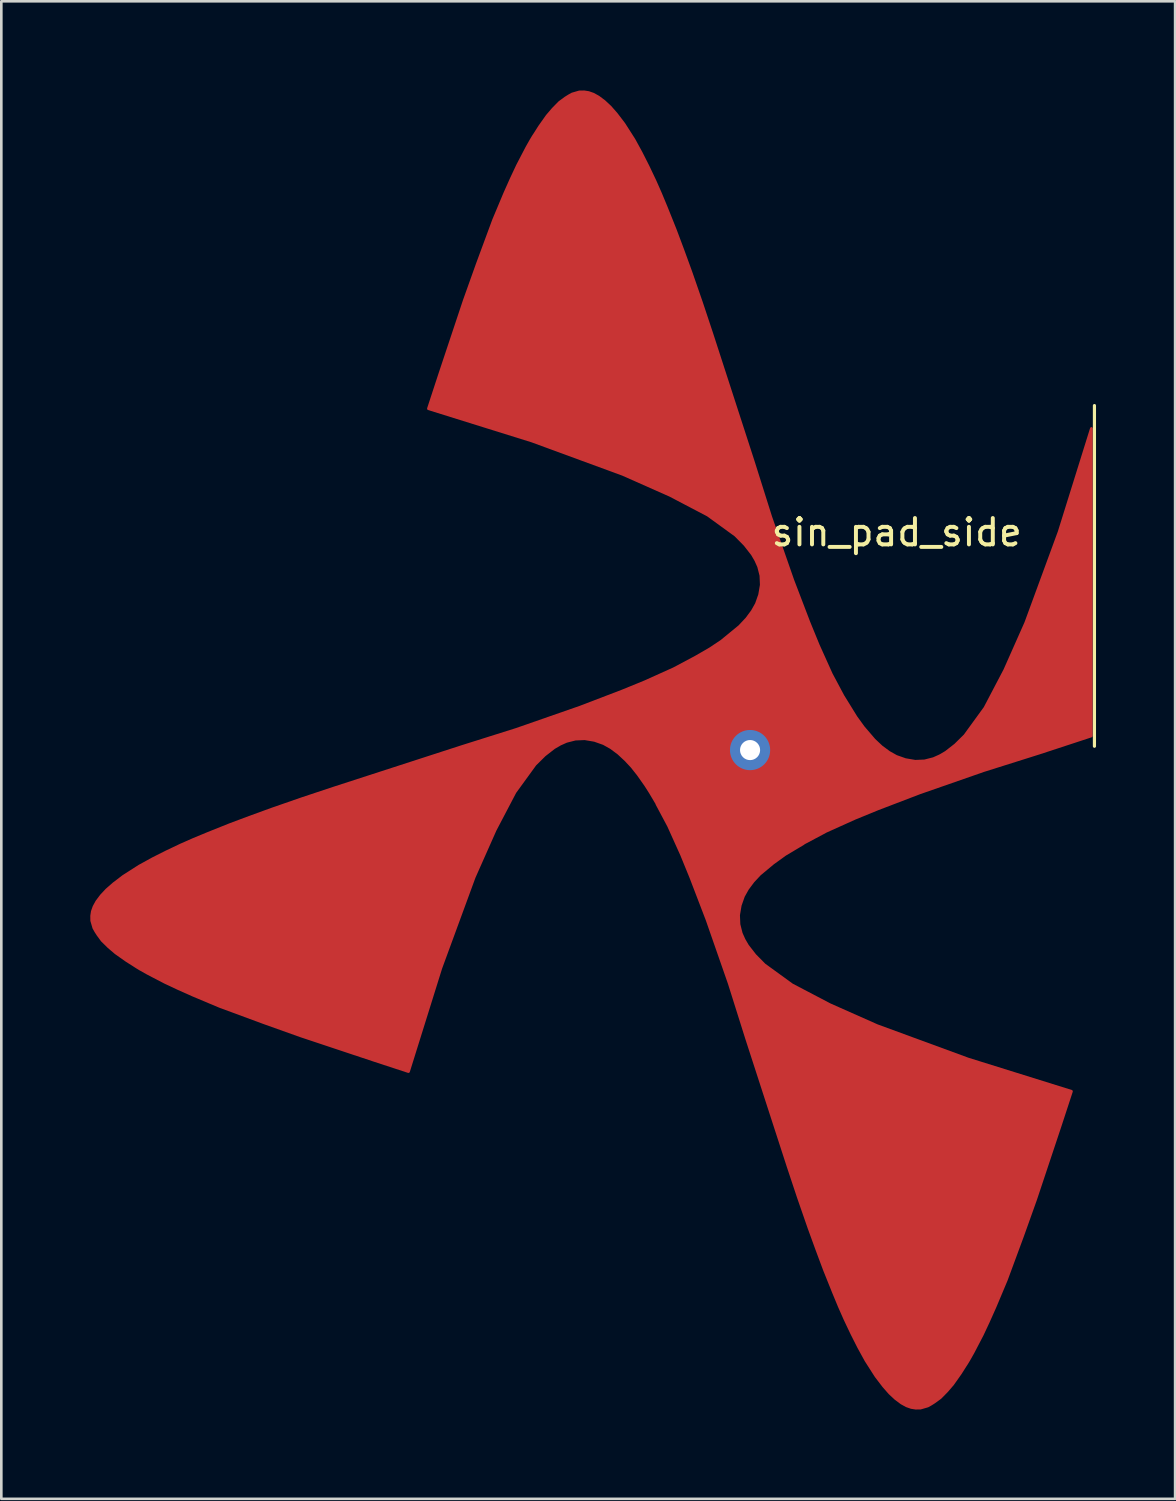
<source format=kicad_pcb>
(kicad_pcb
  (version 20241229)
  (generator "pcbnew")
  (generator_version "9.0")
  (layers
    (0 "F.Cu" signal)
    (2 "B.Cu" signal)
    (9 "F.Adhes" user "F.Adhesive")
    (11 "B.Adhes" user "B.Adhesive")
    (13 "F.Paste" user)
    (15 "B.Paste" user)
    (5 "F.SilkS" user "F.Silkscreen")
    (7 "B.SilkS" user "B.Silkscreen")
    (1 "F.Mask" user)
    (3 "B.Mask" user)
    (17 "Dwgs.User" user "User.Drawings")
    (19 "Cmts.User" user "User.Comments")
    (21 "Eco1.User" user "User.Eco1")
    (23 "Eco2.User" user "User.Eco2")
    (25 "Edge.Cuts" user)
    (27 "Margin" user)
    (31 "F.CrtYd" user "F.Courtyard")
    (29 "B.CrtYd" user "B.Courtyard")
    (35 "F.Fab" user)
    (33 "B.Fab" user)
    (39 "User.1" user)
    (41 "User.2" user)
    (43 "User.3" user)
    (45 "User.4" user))
  (footprint "sin_pad_side"
    (layer "F.Cu")
    (at 25.398 25.398)
    (property "Reference" "sin_pad_side" (at 5.563 -8.255 0) (layer "F.SilkS") (effects (font (size 1 1) (thickness 0.15))))
    (attr through_hole)
    (fp_line (start 13.061 -13.066) (end 13.061 -0.145) (stroke (width 0.12) (type solid)) (layer "F.SilkS"))
    (fp_line (start -25.398 6.286) (end -25.36 6.029) (stroke (width 0.000129) (type solid)) (layer "Dwgs.User"))
    (fp_line (start -25.386 6.542) (end -25.398 6.286) (stroke (width 0.000129) (type solid)) (layer "Dwgs.User"))
    (fp_line (start -25.36 6.029) (end -25.271 5.773) (stroke (width 0.000129) (type solid)) (layer "Dwgs.User"))
    (fp_line (start -25.322 6.799) (end -25.386 6.542) (stroke (width 0.000129) (type solid)) (layer "Dwgs.User"))
    (fp_line (start -25.271 5.773) (end -25.131 5.516) (stroke (width 0.000129) (type solid)) (layer "Dwgs.User"))
    (fp_line (start -25.207 7.056) (end -25.322 6.799) (stroke (width 0.000129) (type solid)) (layer "Dwgs.User"))
    (fp_line (start -25.131 5.516) (end -24.941 5.26) (stroke (width 0.000129) (type solid)) (layer "Dwgs.User"))
    (fp_line (start -25.042 7.312) (end -25.207 7.056) (stroke (width 0.000129) (type solid)) (layer "Dwgs.User"))
    (fp_line (start -25.018 6.305) (end -24.99 6.121) (stroke (width 0.000129) (type solid)) (layer "Dwgs.User"))
    (fp_line (start -25.009 6.486) (end -25.018 6.305) (stroke (width 0.000129) (type solid)) (layer "Dwgs.User"))
    (fp_line (start -24.99 6.121) (end -24.923 5.928) (stroke (width 0.000129) (type solid)) (layer "Dwgs.User"))
    (fp_line (start -24.962 6.674) (end -25.009 6.486) (stroke (width 0.000129) (type solid)) (layer "Dwgs.User"))
    (fp_line (start -24.941 5.26) (end -24.702 5.003) (stroke (width 0.000129) (type solid)) (layer "Dwgs.User"))
    (fp_line (start -24.923 5.928) (end -24.81 5.722) (stroke (width 0.000129) (type solid)) (layer "Dwgs.User"))
    (fp_line (start -24.873 6.873) (end -24.962 6.674) (stroke (width 0.000129) (type solid)) (layer "Dwgs.User"))
    (fp_line (start -24.827 7.569) (end -25.042 7.312) (stroke (width 0.000129) (type solid)) (layer "Dwgs.User"))
    (fp_line (start -24.81 5.722) (end -24.649 5.504) (stroke (width 0.000129) (type solid)) (layer "Dwgs.User"))
    (fp_line (start -24.736 7.085) (end -24.873 6.873) (stroke (width 0.000129) (type solid)) (layer "Dwgs.User"))
    (fp_line (start -24.702 5.003) (end -24.414 4.746) (stroke (width 0.000129) (type solid)) (layer "Dwgs.User"))
    (fp_line (start -24.649 5.504) (end -24.436 5.276) (stroke (width 0.000129) (type solid)) (layer "Dwgs.User"))
    (fp_line (start -24.564 7.825) (end -24.827 7.569) (stroke (width 0.000129) (type solid)) (layer "Dwgs.User"))
    (fp_line (start -24.549 7.309) (end -24.736 7.085) (stroke (width 0.000129) (type solid)) (layer "Dwgs.User"))
    (fp_line (start -24.436 5.276) (end -24.172 5.041) (stroke (width 0.000129) (type solid)) (layer "Dwgs.User"))
    (fp_line (start -24.414 4.746) (end -24.079 4.49) (stroke (width 0.000129) (type solid)) (layer "Dwgs.User"))
    (fp_line (start -24.31 7.541) (end -24.549 7.309) (stroke (width 0.000129) (type solid)) (layer "Dwgs.User"))
    (fp_line (start -24.252 8.082) (end -24.564 7.825) (stroke (width 0.000129) (type solid)) (layer "Dwgs.User"))
    (fp_line (start -24.172 5.041) (end -23.857 4.8) (stroke (width 0.000129) (type solid)) (layer "Dwgs.User"))
    (fp_line (start -24.079 4.49) (end -23.699 4.233) (stroke (width 0.000129) (type solid)) (layer "Dwgs.User"))
    (fp_line (start -24.021 7.779) (end -24.31 7.541) (stroke (width 0.000129) (type solid)) (layer "Dwgs.User"))
    (fp_line (start -23.894 8.338) (end -24.252 8.082) (stroke (width 0.000129) (type solid)) (layer "Dwgs.User"))
    (fp_line (start -23.857 4.8) (end -23.494 4.555) (stroke (width 0.000129) (type solid)) (layer "Dwgs.User"))
    (fp_line (start -23.699 4.233) (end -23.274 3.977) (stroke (width 0.000129) (type solid)) (layer "Dwgs.User"))
    (fp_line (start -23.682 8.022) (end -24.021 7.779) (stroke (width 0.000129) (type solid)) (layer "Dwgs.User"))
    (fp_line (start -23.494 4.555) (end -23.084 4.307) (stroke (width 0.000129) (type solid)) (layer "Dwgs.User"))
    (fp_line (start -23.492 8.595) (end -23.894 8.338) (stroke (width 0.000129) (type solid)) (layer "Dwgs.User"))
    (fp_line (start -23.295 8.269) (end -23.682 8.022) (stroke (width 0.000129) (type solid)) (layer "Dwgs.User"))
    (fp_line (start -23.274 3.977) (end -22.806 3.72) (stroke (width 0.000129) (type solid)) (layer "Dwgs.User"))
    (fp_line (start -23.084 4.307) (end -22.629 4.057) (stroke (width 0.000129) (type solid)) (layer "Dwgs.User"))
    (fp_line (start -23.045 8.852) (end -23.492 8.595) (stroke (width 0.000129) (type solid)) (layer "Dwgs.User"))
    (fp_line (start -22.862 8.518) (end -23.295 8.269) (stroke (width 0.000129) (type solid)) (layer "Dwgs.User"))
    (fp_line (start -22.806 3.72) (end -22.298 3.464) (stroke (width 0.000129) (type solid)) (layer "Dwgs.User"))
    (fp_line (start -22.629 4.057) (end -22.131 3.806) (stroke (width 0.000129) (type solid)) (layer "Dwgs.User"))
    (fp_line (start -22.557 9.108) (end -23.045 8.852) (stroke (width 0.000129) (type solid)) (layer "Dwgs.User"))
    (fp_line (start -22.385 8.768) (end -22.862 8.518) (stroke (width 0.000129) (type solid)) (layer "Dwgs.User"))
    (fp_line (start -22.298 3.464) (end -21.751 3.207) (stroke (width 0.000129) (type solid)) (layer "Dwgs.User"))
    (fp_line (start -22.131 3.806) (end -21.594 3.554) (stroke (width 0.000129) (type solid)) (layer "Dwgs.User"))
    (fp_line (start -22.029 9.365) (end -22.557 9.108) (stroke (width 0.000129) (type solid)) (layer "Dwgs.User"))
    (fp_line (start -21.867 9.02) (end -22.385 8.768) (stroke (width 0.000129) (type solid)) (layer "Dwgs.User"))
    (fp_line (start -21.751 3.207) (end -21.168 2.951) (stroke (width 0.000129) (type solid)) (layer "Dwgs.User"))
    (fp_line (start -21.594 3.554) (end -21.018 3.301) (stroke (width 0.000129) (type solid)) (layer "Dwgs.User"))
    (fp_line (start -21.464 9.621) (end -22.029 9.365) (stroke (width 0.000129) (type solid)) (layer "Dwgs.User"))
    (fp_line (start -21.311 9.272) (end -21.867 9.02) (stroke (width 0.000129) (type solid)) (layer "Dwgs.User"))
    (fp_line (start -21.168 2.951) (end -20.551 2.694) (stroke (width 0.000129) (type solid)) (layer "Dwgs.User"))
    (fp_line (start -21.018 3.301) (end -20.408 3.047) (stroke (width 0.000129) (type solid)) (layer "Dwgs.User"))
    (fp_line (start -20.863 9.878) (end -21.464 9.621) (stroke (width 0.000129) (type solid)) (layer "Dwgs.User"))
    (fp_line (start -20.717 9.526) (end -21.311 9.272) (stroke (width 0.000129) (type solid)) (layer "Dwgs.User"))
    (fp_line (start -20.551 2.694) (end -19.902 2.437) (stroke (width 0.000129) (type solid)) (layer "Dwgs.User"))
    (fp_line (start -20.408 3.047) (end -19.764 2.793) (stroke (width 0.000129) (type solid)) (layer "Dwgs.User"))
    (fp_line (start -20.23 10.134) (end -20.863 9.878) (stroke (width 0.000129) (type solid)) (layer "Dwgs.User"))
    (fp_line (start -20.09 9.78) (end -20.717 9.526) (stroke (width 0.000129) (type solid)) (layer "Dwgs.User"))
    (fp_line (start -19.902 2.437) (end -19.224 2.181) (stroke (width 0.000129) (type solid)) (layer "Dwgs.User"))
    (fp_line (start -19.764 2.793) (end -19.091 2.538) (stroke (width 0.000129) (type solid)) (layer "Dwgs.User"))
    (fp_line (start -19.566 10.391) (end -20.23 10.134) (stroke (width 0.000129) (type solid)) (layer "Dwgs.User"))
    (fp_line (start -19.431 10.035) (end -20.09 9.78) (stroke (width 0.000129) (type solid)) (layer "Dwgs.User"))
    (fp_line (start -19.224 2.181) (end -18.519 1.924) (stroke (width 0.000129) (type solid)) (layer "Dwgs.User"))
    (fp_line (start -19.091 2.538) (end -18.391 2.283) (stroke (width 0.000129) (type solid)) (layer "Dwgs.User"))
    (fp_line (start -18.875 10.647) (end -19.566 10.391) (stroke (width 0.000129) (type solid)) (layer "Dwgs.User"))
    (fp_line (start -18.744 10.289) (end -19.431 10.035) (stroke (width 0.000129) (type solid)) (layer "Dwgs.User"))
    (fp_line (start -18.519 1.924) (end -17.792 1.668) (stroke (width 0.000129) (type solid)) (layer "Dwgs.User"))
    (fp_line (start -18.391 2.283) (end -17.667 2.028) (stroke (width 0.000129) (type solid)) (layer "Dwgs.User"))
    (fp_line (start -18.158 10.904) (end -18.875 10.647) (stroke (width 0.000129) (type solid)) (layer "Dwgs.User"))
    (fp_line (start -18.032 10.545) (end -18.744 10.289) (stroke (width 0.000129) (type solid)) (layer "Dwgs.User"))
    (fp_line (start -17.792 1.668) (end -17.044 1.411) (stroke (width 0.000129) (type solid)) (layer "Dwgs.User"))
    (fp_line (start -17.667 2.028) (end -16.921 1.772) (stroke (width 0.000129) (type solid)) (layer "Dwgs.User"))
    (fp_line (start -17.42 11.161) (end -18.158 10.904) (stroke (width 0.000129) (type solid)) (layer "Dwgs.User"))
    (fp_line (start -17.297 10.8) (end -18.032 10.545) (stroke (width 0.000129) (type solid)) (layer "Dwgs.User"))
    (fp_line (start -17.044 1.411) (end -16.278 1.155) (stroke (width 0.000129) (type solid)) (layer "Dwgs.User"))
    (fp_line (start -16.921 1.772) (end -16.158 1.516) (stroke (width 0.000129) (type solid)) (layer "Dwgs.User"))
    (fp_line (start -16.663 11.417) (end -17.42 11.161) (stroke (width 0.000129) (type solid)) (layer "Dwgs.User"))
    (fp_line (start -16.542 11.056) (end -17.297 10.8) (stroke (width 0.000129) (type solid)) (layer "Dwgs.User"))
    (fp_line (start -16.278 1.155) (end -15.498 0.898) (stroke (width 0.000129) (type solid)) (layer "Dwgs.User"))
    (fp_line (start -16.158 1.516) (end -15.38 1.26) (stroke (width 0.000129) (type solid)) (layer "Dwgs.User"))
    (fp_line (start -15.89 11.674) (end -16.663 11.417) (stroke (width 0.000129) (type solid)) (layer "Dwgs.User"))
    (fp_line (start -15.771 11.312) (end -16.542 11.056) (stroke (width 0.000129) (type solid)) (layer "Dwgs.User"))
    (fp_line (start -15.498 0.898) (end -14.707 0.641) (stroke (width 0.000129) (type solid)) (layer "Dwgs.User"))
    (fp_line (start -15.38 1.26) (end -14.59 1.004) (stroke (width 0.000129) (type solid)) (layer "Dwgs.User"))
    (fp_line (start -15.103 11.93) (end -15.89 11.674) (stroke (width 0.000129) (type solid)) (layer "Dwgs.User"))
    (fp_line (start -14.986 11.568) (end -15.771 11.312) (stroke (width 0.000129) (type solid)) (layer "Dwgs.User"))
    (fp_line (start -14.707 0.641) (end -13.907 0.385) (stroke (width 0.000129) (type solid)) (layer "Dwgs.User"))
    (fp_line (start -14.59 1.004) (end -13.791 0.748) (stroke (width 0.000129) (type solid)) (layer "Dwgs.User"))
    (fp_line (start -14.308 12.187) (end -15.103 11.93) (stroke (width 0.000129) (type solid)) (layer "Dwgs.User"))
    (fp_line (start -14.191 11.824) (end -14.986 11.568) (stroke (width 0.000129) (type solid)) (layer "Dwgs.User"))
    (fp_line (start -13.907 0.385) (end -13.103 0.128) (stroke (width 0.000129) (type solid)) (layer "Dwgs.User"))
    (fp_line (start -13.791 0.748) (end -12.987 0.491) (stroke (width 0.000129) (type solid)) (layer "Dwgs.User"))
    (fp_line (start -13.505 12.443) (end -14.308 12.187) (stroke (width 0.000129) (type solid)) (layer "Dwgs.User"))
    (fp_line (start -13.39 12.08) (end -14.191 11.824) (stroke (width 0.000129) (type solid)) (layer "Dwgs.User"))
    (fp_line (start -13.103 0.128) (end -12.297 -0.128) (stroke (width 0.000129) (type solid)) (layer "Dwgs.User"))
    (fp_line (start -13.063 12.584) (end -12.806 11.779) (stroke (width 0.000129) (type solid)) (layer "Dwgs.User"))
    (fp_line (start -12.987 0.491) (end -12.181 0.235) (stroke (width 0.000129) (type solid)) (layer "Dwgs.User"))
    (fp_line (start -12.806 11.779) (end -12.55 10.976) (stroke (width 0.000129) (type solid)) (layer "Dwgs.User"))
    (fp_line (start -12.7 -12.7) (end -12.443 -13.505) (stroke (width 0.000129) (type solid)) (layer "Dwgs.User"))
    (fp_line (start -12.7 12.7) (end -12.443 11.895) (stroke (width 0.000129) (type solid)) (layer "Dwgs.User"))
    (fp_line (start -12.7 12.7) (end -13.505 12.443) (stroke (width 0.000129) (type solid)) (layer "Dwgs.User"))
    (fp_line (start -12.584 12.337) (end -13.39 12.08) (stroke (width 0.000129) (type solid)) (layer "Dwgs.User"))
    (fp_line (start -12.55 10.976) (end -12.293 10.179) (stroke (width 0.000129) (type solid)) (layer "Dwgs.User"))
    (fp_line (start -12.443 -13.505) (end -12.187 -14.308) (stroke (width 0.000129) (type solid)) (layer "Dwgs.User"))
    (fp_line (start -12.443 11.895) (end -12.187 11.092) (stroke (width 0.000129) (type solid)) (layer "Dwgs.User"))
    (fp_line (start -12.337 -12.584) (end -12.08 -13.39) (stroke (width 0.000129) (type solid)) (layer "Dwgs.User"))
    (fp_line (start -12.297 -0.128) (end -11.493 -0.385) (stroke (width 0.000129) (type solid)) (layer "Dwgs.User"))
    (fp_line (start -12.293 10.179) (end -12.036 9.391) (stroke (width 0.000129) (type solid)) (layer "Dwgs.User"))
    (fp_line (start -12.187 -14.308) (end -11.93 -15.103) (stroke (width 0.000129) (type solid)) (layer "Dwgs.User"))
    (fp_line (start -12.187 11.092) (end -11.93 10.297) (stroke (width 0.000129) (type solid)) (layer "Dwgs.User"))
    (fp_line (start -12.181 0.235) (end -11.377 -0.022) (stroke (width 0.000129) (type solid)) (layer "Dwgs.User"))
    (fp_line (start -12.08 -13.39) (end -11.824 -14.191) (stroke (width 0.000129) (type solid)) (layer "Dwgs.User"))
    (fp_line (start -12.036 9.391) (end -11.778 8.616) (stroke (width 0.000129) (type solid)) (layer "Dwgs.User"))
    (fp_line (start -11.93 -15.103) (end -11.674 -15.89) (stroke (width 0.000129) (type solid)) (layer "Dwgs.User"))
    (fp_line (start -11.93 10.297) (end -11.674 9.51) (stroke (width 0.000129) (type solid)) (layer "Dwgs.User"))
    (fp_line (start -11.895 -12.443) (end -12.7 -12.7) (stroke (width 0.000129) (type solid)) (layer "Dwgs.User"))
    (fp_line (start -11.824 -14.191) (end -11.568 -14.986) (stroke (width 0.000129) (type solid)) (layer "Dwgs.User"))
    (fp_line (start -11.779 -12.806) (end -12.584 -13.063) (stroke (width 0.000129) (type solid)) (layer "Dwgs.User"))
    (fp_line (start -11.778 8.616) (end -11.521 7.856) (stroke (width 0.000129) (type solid)) (layer "Dwgs.User"))
    (fp_line (start -11.674 -15.89) (end -11.417 -16.663) (stroke (width 0.000129) (type solid)) (layer "Dwgs.User"))
    (fp_line (start -11.674 9.51) (end -11.417 8.737) (stroke (width 0.000129) (type solid)) (layer "Dwgs.User"))
    (fp_line (start -11.568 -14.986) (end -11.312 -15.771) (stroke (width 0.000129) (type solid)) (layer "Dwgs.User"))
    (fp_line (start -11.521 7.856) (end -11.263 7.115) (stroke (width 0.000129) (type solid)) (layer "Dwgs.User"))
    (fp_line (start -11.493 -0.385) (end -10.693 -0.641) (stroke (width 0.000129) (type solid)) (layer "Dwgs.User"))
    (fp_line (start -11.417 -16.663) (end -11.161 -17.42) (stroke (width 0.000129) (type solid)) (layer "Dwgs.User"))
    (fp_line (start -11.417 8.737) (end -11.161 7.98) (stroke (width 0.000129) (type solid)) (layer "Dwgs.User"))
    (fp_line (start -11.377 -0.022) (end -10.576 -0.279) (stroke (width 0.000129) (type solid)) (layer "Dwgs.User"))
    (fp_line (start -11.312 -15.771) (end -11.056 -16.542) (stroke (width 0.000129) (type solid)) (layer "Dwgs.User"))
    (fp_line (start -11.263 7.115) (end -11.005 6.395) (stroke (width 0.000129) (type solid)) (layer "Dwgs.User"))
    (fp_line (start -11.161 -17.42) (end -10.904 -18.158) (stroke (width 0.000129) (type solid)) (layer "Dwgs.User"))
    (fp_line (start -11.161 7.98) (end -10.904 7.242) (stroke (width 0.000129) (type solid)) (layer "Dwgs.User"))
    (fp_line (start -11.092 -12.187) (end -11.895 -12.443) (stroke (width 0.000129) (type solid)) (layer "Dwgs.User"))
    (fp_line (start -11.056 -16.542) (end -10.8 -17.297) (stroke (width 0.000129) (type solid)) (layer "Dwgs.User"))
    (fp_line (start -11.005 6.395) (end -10.747 5.699) (stroke (width 0.000129) (type solid)) (layer "Dwgs.User"))
    (fp_line (start -10.976 -12.55) (end -11.779 -12.806) (stroke (width 0.000129) (type solid)) (layer "Dwgs.User"))
    (fp_line (start -10.904 -18.158) (end -10.647 -18.875) (stroke (width 0.000129) (type solid)) (layer "Dwgs.User"))
    (fp_line (start -10.904 7.242) (end -10.647 6.525) (stroke (width 0.000129) (type solid)) (layer "Dwgs.User"))
    (fp_line (start -10.8 -17.297) (end -10.545 -18.032) (stroke (width 0.000129) (type solid)) (layer "Dwgs.User"))
    (fp_line (start -10.747 5.699) (end -10.489 5.03) (stroke (width 0.000129) (type solid)) (layer "Dwgs.User"))
    (fp_line (start -10.693 -0.641) (end -9.902 -0.898) (stroke (width 0.000129) (type solid)) (layer "Dwgs.User"))
    (fp_line (start -10.647 -18.875) (end -10.391 -19.566) (stroke (width 0.000129) (type solid)) (layer "Dwgs.User"))
    (fp_line (start -10.647 6.525) (end -10.391 5.834) (stroke (width 0.000129) (type solid)) (layer "Dwgs.User"))
    (fp_line (start -10.576 -0.279) (end -9.784 -0.536) (stroke (width 0.000129) (type solid)) (layer "Dwgs.User"))
    (fp_line (start -10.545 -18.032) (end -10.289 -18.744) (stroke (width 0.000129) (type solid)) (layer "Dwgs.User"))
    (fp_line (start -10.489 5.03) (end -10.23 4.39) (stroke (width 0.000129) (type solid)) (layer "Dwgs.User"))
    (fp_line (start -10.391 -19.566) (end -10.134 -20.23) (stroke (width 0.000129) (type solid)) (layer "Dwgs.User"))
    (fp_line (start -10.391 5.834) (end -10.134 5.17) (stroke (width 0.000129) (type solid)) (layer "Dwgs.User"))
    (fp_line (start -10.297 -11.93) (end -11.092 -12.187) (stroke (width 0.000129) (type solid)) (layer "Dwgs.User"))
    (fp_line (start -10.289 -18.744) (end -10.035 -19.431) (stroke (width 0.000129) (type solid)) (layer "Dwgs.User"))
    (fp_line (start -10.23 4.39) (end -9.97 3.783) (stroke (width 0.000129) (type solid)) (layer "Dwgs.User"))
    (fp_line (start -10.179 -12.293) (end -10.976 -12.55) (stroke (width 0.000129) (type solid)) (layer "Dwgs.User"))
    (fp_line (start -10.134 -20.23) (end -9.878 -20.863) (stroke (width 0.000129) (type solid)) (layer "Dwgs.User"))
    (fp_line (start -10.134 5.17) (end -9.878 4.537) (stroke (width 0.000129) (type solid)) (layer "Dwgs.User"))
    (fp_line (start -10.035 -19.431) (end -9.78 -20.09) (stroke (width 0.000129) (type solid)) (layer "Dwgs.User"))
    (fp_line (start -9.97 3.783) (end -9.71 3.209) (stroke (width 0.000129) (type solid)) (layer "Dwgs.User"))
    (fp_line (start -9.902 -0.898) (end -9.122 -1.155) (stroke (width 0.000129) (type solid)) (layer "Dwgs.User"))
    (fp_line (start -9.878 -20.863) (end -9.621 -21.464) (stroke (width 0.000129) (type solid)) (layer "Dwgs.User"))
    (fp_line (start -9.878 4.537) (end -9.621 3.936) (stroke (width 0.000129) (type solid)) (layer "Dwgs.User"))
    (fp_line (start -9.784 -0.536) (end -9.002 -0.793) (stroke (width 0.000129) (type solid)) (layer "Dwgs.User"))
    (fp_line (start -9.78 -20.09) (end -9.526 -20.717) (stroke (width 0.000129) (type solid)) (layer "Dwgs.User"))
    (fp_line (start -9.71 3.209) (end -9.448 2.671) (stroke (width 0.000129) (type solid)) (layer "Dwgs.User"))
    (fp_line (start -9.621 -21.464) (end -9.365 -22.029) (stroke (width 0.000129) (type solid)) (layer "Dwgs.User"))
    (fp_line (start -9.621 3.936) (end -9.365 3.371) (stroke (width 0.000129) (type solid)) (layer "Dwgs.User"))
    (fp_line (start -9.526 -20.717) (end -9.272 -21.311) (stroke (width 0.000129) (type solid)) (layer "Dwgs.User"))
    (fp_line (start -9.51 -11.674) (end -10.297 -11.93) (stroke (width 0.000129) (type solid)) (layer "Dwgs.User"))
    (fp_line (start -9.448 2.671) (end -9.186 2.172) (stroke (width 0.000129) (type solid)) (layer "Dwgs.User"))
    (fp_line (start -9.391 -12.036) (end -10.179 -12.293) (stroke (width 0.000129) (type solid)) (layer "Dwgs.User"))
    (fp_line (start -9.365 -22.029) (end -9.108 -22.557) (stroke (width 0.000129) (type solid)) (layer "Dwgs.User"))
    (fp_line (start -9.365 3.371) (end -9.108 2.843) (stroke (width 0.000129) (type solid)) (layer "Dwgs.User"))
    (fp_line (start -9.272 -21.311) (end -9.02 -21.867) (stroke (width 0.000129) (type solid)) (layer "Dwgs.User"))
    (fp_line (start -9.186 2.172) (end -8.921 1.712) (stroke (width 0.000129) (type solid)) (layer "Dwgs.User"))
    (fp_line (start -9.122 -1.155) (end -8.356 -1.411) (stroke (width 0.000129) (type solid)) (layer "Dwgs.User"))
    (fp_line (start -9.108 -22.557) (end -8.852 -23.045) (stroke (width 0.000129) (type solid)) (layer "Dwgs.User"))
    (fp_line (start -9.108 2.843) (end -8.852 2.355) (stroke (width 0.000129) (type solid)) (layer "Dwgs.User"))
    (fp_line (start -9.02 -21.867) (end -8.768 -22.385) (stroke (width 0.000129) (type solid)) (layer "Dwgs.User"))
    (fp_line (start -9.002 -0.793) (end -8.234 -1.05) (stroke (width 0.000129) (type solid)) (layer "Dwgs.User"))
    (fp_line (start -8.921 1.712) (end -8.654 1.293) (stroke (width 0.000129) (type solid)) (layer "Dwgs.User"))
    (fp_line (start -8.852 -23.045) (end -8.595 -23.492) (stroke (width 0.000129) (type solid)) (layer "Dwgs.User"))
    (fp_line (start -8.852 2.355) (end -8.595 1.908) (stroke (width 0.000129) (type solid)) (layer "Dwgs.User"))
    (fp_line (start -8.768 -22.385) (end -8.518 -22.862) (stroke (width 0.000129) (type solid)) (layer "Dwgs.User"))
    (fp_line (start -8.737 -11.417) (end -9.51 -11.674) (stroke (width 0.000129) (type solid)) (layer "Dwgs.User"))
    (fp_line (start -8.654 1.293) (end -8.384 0.916) (stroke (width 0.000129) (type solid)) (layer "Dwgs.User"))
    (fp_line (start -8.616 -11.778) (end -9.391 -12.036) (stroke (width 0.000129) (type solid)) (layer "Dwgs.User"))
    (fp_line (start -8.595 -23.492) (end -8.338 -23.894) (stroke (width 0.000129) (type solid)) (layer "Dwgs.User"))
    (fp_line (start -8.595 1.908) (end -8.338 1.506) (stroke (width 0.000129) (type solid)) (layer "Dwgs.User"))
    (fp_line (start -8.518 -22.862) (end -8.269 -23.295) (stroke (width 0.000129) (type solid)) (layer "Dwgs.User"))
    (fp_line (start -8.384 0.916) (end -8.11 0.583) (stroke (width 0.000129) (type solid)) (layer "Dwgs.User"))
    (fp_line (start -8.356 -1.411) (end -7.608 -1.668) (stroke (width 0.000129) (type solid)) (layer "Dwgs.User"))
    (fp_line (start -8.338 -23.894) (end -8.082 -24.252) (stroke (width 0.000129) (type solid)) (layer "Dwgs.User"))
    (fp_line (start -8.338 1.506) (end -8.082 1.148) (stroke (width 0.000129) (type solid)) (layer "Dwgs.User"))
    (fp_line (start -8.269 -23.295) (end -8.022 -23.682) (stroke (width 0.000129) (type solid)) (layer "Dwgs.User"))
    (fp_line (start -8.234 -1.05) (end -7.483 -1.308) (stroke (width 0.000129) (type solid)) (layer "Dwgs.User"))
    (fp_line (start -8.11 0.583) (end -7.829 0.294) (stroke (width 0.000129) (type solid)) (layer "Dwgs.User"))
    (fp_line (start -8.082 -24.252) (end -7.825 -24.564) (stroke (width 0.000129) (type solid)) (layer "Dwgs.User"))
    (fp_line (start -8.082 1.148) (end -7.825 0.836) (stroke (width 0.000129) (type solid)) (layer "Dwgs.User"))
    (fp_line (start -8.022 -23.682) (end -7.779 -24.021) (stroke (width 0.000129) (type solid)) (layer "Dwgs.User"))
    (fp_line (start -7.98 -11.161) (end -8.737 -11.417) (stroke (width 0.000129) (type solid)) (layer "Dwgs.User"))
    (fp_line (start -7.856 -11.521) (end -8.616 -11.778) (stroke (width 0.000129) (type solid)) (layer "Dwgs.User"))
    (fp_line (start -7.829 0.294) (end -7.539 0.052) (stroke (width 0.000129) (type solid)) (layer "Dwgs.User"))
    (fp_line (start -7.825 -24.564) (end -7.569 -24.827) (stroke (width 0.000129) (type solid)) (layer "Dwgs.User"))
    (fp_line (start -7.825 0.836) (end -7.569 0.573) (stroke (width 0.000129) (type solid)) (layer "Dwgs.User"))
    (fp_line (start -7.779 -24.021) (end -7.541 -24.31) (stroke (width 0.000129) (type solid)) (layer "Dwgs.User"))
    (fp_line (start -7.608 -1.668) (end -6.881 -1.924) (stroke (width 0.000129) (type solid)) (layer "Dwgs.User"))
    (fp_line (start -7.569 -24.827) (end -7.312 -25.042) (stroke (width 0.000129) (type solid)) (layer "Dwgs.User"))
    (fp_line (start -7.569 0.573) (end -7.312 0.358) (stroke (width 0.000129) (type solid)) (layer "Dwgs.User"))
    (fp_line (start -7.541 -24.31) (end -7.309 -24.549) (stroke (width 0.000129) (type solid)) (layer "Dwgs.User"))
    (fp_line (start -7.539 0.052) (end -7.238 -0.142) (stroke (width 0.000129) (type solid)) (layer "Dwgs.User"))
    (fp_line (start -7.483 -1.308) (end -6.752 -1.566) (stroke (width 0.000129) (type solid)) (layer "Dwgs.User"))
    (fp_line (start -7.312 -25.042) (end -7.056 -25.207) (stroke (width 0.000129) (type solid)) (layer "Dwgs.User"))
    (fp_line (start -7.312 0.358) (end -7.056 0.193) (stroke (width 0.000129) (type solid)) (layer "Dwgs.User"))
    (fp_line (start -7.309 -24.549) (end -7.085 -24.736) (stroke (width 0.000129) (type solid)) (layer "Dwgs.User"))
    (fp_line (start -7.242 -10.904) (end -7.98 -11.161) (stroke (width 0.000129) (type solid)) (layer "Dwgs.User"))
    (fp_line (start -7.238 -0.142) (end -6.924 -0.282) (stroke (width 0.000129) (type solid)) (layer "Dwgs.User"))
    (fp_line (start -7.115 -11.263) (end -7.856 -11.521) (stroke (width 0.000129) (type solid)) (layer "Dwgs.User"))
    (fp_line (start -7.085 -24.736) (end -6.873 -24.873) (stroke (width 0.000129) (type solid)) (layer "Dwgs.User"))
    (fp_line (start -7.056 -25.207) (end -6.799 -25.322) (stroke (width 0.000129) (type solid)) (layer "Dwgs.User"))
    (fp_line (start -7.056 0.193) (end -6.799 0.078) (stroke (width 0.000129) (type solid)) (layer "Dwgs.User"))
    (fp_line (start -6.924 -0.282) (end -6.599 -0.362) (stroke (width 0.000129) (type solid)) (layer "Dwgs.User"))
    (fp_line (start -6.881 -1.924) (end -6.176 -2.181) (stroke (width 0.000129) (type solid)) (layer "Dwgs.User"))
    (fp_line (start -6.873 -24.873) (end -6.674 -24.962) (stroke (width 0.000129) (type solid)) (layer "Dwgs.User"))
    (fp_line (start -6.799 -25.322) (end -6.542 -25.386) (stroke (width 0.000129) (type solid)) (layer "Dwgs.User"))
    (fp_line (start -6.799 0.078) (end -6.542 0.014) (stroke (width 0.000129) (type solid)) (layer "Dwgs.User"))
    (fp_line (start -6.752 -1.566) (end -6.044 -1.824) (stroke (width 0.000129) (type solid)) (layer "Dwgs.User"))
    (fp_line (start -6.674 -24.962) (end -6.486 -25.009) (stroke (width 0.000129) (type solid)) (layer "Dwgs.User"))
    (fp_line (start -6.599 -0.362) (end -6.267 -0.379) (stroke (width 0.000129) (type solid)) (layer "Dwgs.User"))
    (fp_line (start -6.542 -25.386) (end -6.286 -25.398) (stroke (width 0.000129) (type solid)) (layer "Dwgs.User"))
    (fp_line (start -6.542 0.014) (end -6.286 0.002) (stroke (width 0.000129) (type solid)) (layer "Dwgs.User"))
    (fp_line (start -6.525 -10.647) (end -7.242 -10.904) (stroke (width 0.000129) (type solid)) (layer "Dwgs.User"))
    (fp_line (start -6.486 -25.009) (end -6.305 -25.018) (stroke (width 0.000129) (type solid)) (layer "Dwgs.User"))
    (fp_line (start -6.395 -11.005) (end -7.115 -11.263) (stroke (width 0.000129) (type solid)) (layer "Dwgs.User"))
    (fp_line (start -6.305 -25.018) (end -6.121 -24.99) (stroke (width 0.000129) (type solid)) (layer "Dwgs.User"))
    (fp_line (start -6.286 -25.398) (end -6.029 -25.36) (stroke (width 0.000129) (type solid)) (layer "Dwgs.User"))
    (fp_line (start -6.286 0.002) (end -6.029 0.04) (stroke (width 0.000129) (type solid)) (layer "Dwgs.User"))
    (fp_line (start -6.267 -0.379) (end -5.937 -0.33) (stroke (width 0.000129) (type solid)) (layer "Dwgs.User"))
    (fp_line (start -6.176 -2.181) (end -5.498 -2.437) (stroke (width 0.000129) (type solid)) (layer "Dwgs.User"))
    (fp_line (start -6.121 -24.99) (end -5.928 -24.923) (stroke (width 0.000129) (type solid)) (layer "Dwgs.User"))
    (fp_line (start -6.044 -1.824) (end -5.361 -2.082) (stroke (width 0.000129) (type solid)) (layer "Dwgs.User"))
    (fp_line (start -6.029 -25.36) (end -5.773 -25.271) (stroke (width 0.000129) (type solid)) (layer "Dwgs.User"))
    (fp_line (start -6.029 0.04) (end -5.773 0.129) (stroke (width 0.000129) (type solid)) (layer "Dwgs.User"))
    (fp_line (start -5.937 -0.33) (end -5.617 -0.219) (stroke (width 0.000129) (type solid)) (layer "Dwgs.User"))
    (fp_line (start -5.928 -24.923) (end -5.722 -24.81) (stroke (width 0.000129) (type solid)) (layer "Dwgs.User"))
    (fp_line (start -5.834 -10.391) (end -6.525 -10.647) (stroke (width 0.000129) (type solid)) (layer "Dwgs.User"))
    (fp_line (start -5.773 -25.271) (end -5.516 -25.131) (stroke (width 0.000129) (type solid)) (layer "Dwgs.User"))
    (fp_line (start -5.773 0.129) (end -5.516 0.269) (stroke (width 0.000129) (type solid)) (layer "Dwgs.User"))
    (fp_line (start -5.722 -24.81) (end -5.504 -24.649) (stroke (width 0.000129) (type solid)) (layer "Dwgs.User"))
    (fp_line (start -5.699 -10.747) (end -6.395 -11.005) (stroke (width 0.000129) (type solid)) (layer "Dwgs.User"))
    (fp_line (start -5.617 -0.219) (end -5.31 -0.051) (stroke (width 0.000129) (type solid)) (layer "Dwgs.User"))
    (fp_line (start -5.516 -25.131) (end -5.26 -24.941) (stroke (width 0.000129) (type solid)) (layer "Dwgs.User"))
    (fp_line (start -5.516 0.269) (end -5.26 0.459) (stroke (width 0.000129) (type solid)) (layer "Dwgs.User"))
    (fp_line (start -5.504 -24.649) (end -5.276 -24.436) (stroke (width 0.000129) (type solid)) (layer "Dwgs.User"))
    (fp_line (start -5.498 -2.437) (end -4.849 -2.694) (stroke (width 0.000129) (type solid)) (layer "Dwgs.User"))
    (fp_line (start -5.361 -2.082) (end -4.706 -2.341) (stroke (width 0.000129) (type solid)) (layer "Dwgs.User"))
    (fp_line (start -5.31 -0.051) (end -5.015 0.167) (stroke (width 0.000129) (type solid)) (layer "Dwgs.User"))
    (fp_line (start -5.276 -24.436) (end -5.041 -24.172) (stroke (width 0.000129) (type solid)) (layer "Dwgs.User"))
    (fp_line (start -5.26 -24.941) (end -5.003 -24.702) (stroke (width 0.000129) (type solid)) (layer "Dwgs.User"))
    (fp_line (start -5.26 0.459) (end -5.003 0.698) (stroke (width 0.000129) (type solid)) (layer "Dwgs.User"))
    (fp_line (start -5.17 -10.134) (end -5.834 -10.391) (stroke (width 0.000129) (type solid)) (layer "Dwgs.User"))
    (fp_line (start -5.041 -24.172) (end -4.8 -23.857) (stroke (width 0.000129) (type solid)) (layer "Dwgs.User"))
    (fp_line (start -5.03 -10.489) (end -5.699 -10.747) (stroke (width 0.000129) (type solid)) (layer "Dwgs.User"))
    (fp_line (start -5.015 0.167) (end -4.73 0.433) (stroke (width 0.000129) (type solid)) (layer "Dwgs.User"))
    (fp_line (start -5.003 -24.702) (end -4.746 -24.414) (stroke (width 0.000129) (type solid)) (layer "Dwgs.User"))
    (fp_line (start -5.003 0.698) (end -4.746 0.986) (stroke (width 0.000129) (type solid)) (layer "Dwgs.User"))
    (fp_line (start -4.849 -2.694) (end -4.232 -2.951) (stroke (width 0.000129) (type solid)) (layer "Dwgs.User"))
    (fp_line (start -4.8 -23.857) (end -4.555 -23.494) (stroke (width 0.000129) (type solid)) (layer "Dwgs.User"))
    (fp_line (start -4.746 -24.414) (end -4.49 -24.079) (stroke (width 0.000129) (type solid)) (layer "Dwgs.User"))
    (fp_line (start -4.746 0.986) (end -4.49 1.321) (stroke (width 0.000129) (type solid)) (layer "Dwgs.User"))
    (fp_line (start -4.73 0.433) (end -4.452 0.744) (stroke (width 0.000129) (type solid)) (layer "Dwgs.User"))
    (fp_line (start -4.706 -2.341) (end -4.082 -2.6) (stroke (width 0.000129) (type solid)) (layer "Dwgs.User"))
    (fp_line (start -4.555 -23.494) (end -4.307 -23.084) (stroke (width 0.000129) (type solid)) (layer "Dwgs.User"))
    (fp_line (start -4.537 -9.878) (end -5.17 -10.134) (stroke (width 0.000129) (type solid)) (layer "Dwgs.User"))
    (fp_line (start -4.49 -24.079) (end -4.233 -23.699) (stroke (width 0.000129) (type solid)) (layer "Dwgs.User"))
    (fp_line (start -4.49 1.321) (end -4.233 1.701) (stroke (width 0.000129) (type solid)) (layer "Dwgs.User"))
    (fp_line (start -4.452 0.744) (end -4.18 1.099) (stroke (width 0.000129) (type solid)) (layer "Dwgs.User"))
    (fp_line (start -4.39 -10.23) (end -5.03 -10.489) (stroke (width 0.000129) (type solid)) (layer "Dwgs.User"))
    (fp_line (start -4.307 -23.084) (end -4.057 -22.629) (stroke (width 0.000129) (type solid)) (layer "Dwgs.User"))
    (fp_line (start -4.233 -23.699) (end -3.977 -23.274) (stroke (width 0.000129) (type solid)) (layer "Dwgs.User"))
    (fp_line (start -4.233 1.701) (end -3.977 2.126) (stroke (width 0.000129) (type solid)) (layer "Dwgs.User"))
    (fp_line (start -4.232 -2.951) (end -3.649 -3.207) (stroke (width 0.000129) (type solid)) (layer "Dwgs.User"))
    (fp_line (start -4.18 1.099) (end -3.912 1.497) (stroke (width 0.000129) (type solid)) (layer "Dwgs.User"))
    (fp_line (start -4.082 -2.6) (end -3.491 -2.86) (stroke (width 0.000129) (type solid)) (layer "Dwgs.User"))
    (fp_line (start -4.057 -22.629) (end -3.806 -22.131) (stroke (width 0.000129) (type solid)) (layer "Dwgs.User"))
    (fp_line (start -3.977 -23.274) (end -3.72 -22.806) (stroke (width 0.000129) (type solid)) (layer "Dwgs.User"))
    (fp_line (start -3.977 2.126) (end -3.72 2.594) (stroke (width 0.000129) (type solid)) (layer "Dwgs.User"))
    (fp_line (start -3.936 -9.621) (end -4.537 -9.878) (stroke (width 0.000129) (type solid)) (layer "Dwgs.User"))
    (fp_line (start -3.912 1.497) (end -3.646 1.937) (stroke (width 0.000129) (type solid)) (layer "Dwgs.User"))
    (fp_line (start -3.806 -22.131) (end -3.554 -21.594) (stroke (width 0.000129) (type solid)) (layer "Dwgs.User"))
    (fp_line (start -3.783 -9.97) (end -4.39 -10.23) (stroke (width 0.000129) (type solid)) (layer "Dwgs.User"))
    (fp_line (start -3.72 -22.806) (end -3.464 -22.298) (stroke (width 0.000129) (type solid)) (layer "Dwgs.User"))
    (fp_line (start -3.72 2.594) (end -3.464 3.102) (stroke (width 0.000129) (type solid)) (layer "Dwgs.User"))
    (fp_line (start -3.649 -3.207) (end -3.102 -3.464) (stroke (width 0.000129) (type solid)) (layer "Dwgs.User"))
    (fp_line (start -3.646 1.937) (end -3.383 2.417) (stroke (width 0.000129) (type solid)) (layer "Dwgs.User"))
    (fp_line (start -3.554 -21.594) (end -3.301 -21.018) (stroke (width 0.000129) (type solid)) (layer "Dwgs.User"))
    (fp_line (start -3.491 -2.86) (end -2.935 -3.121) (stroke (width 0.000129) (type solid)) (layer "Dwgs.User"))
    (fp_line (start -3.464 -22.298) (end -3.207 -21.751) (stroke (width 0.000129) (type solid)) (layer "Dwgs.User"))
    (fp_line (start -3.464 3.102) (end -3.207 3.649) (stroke (width 0.000129) (type solid)) (layer "Dwgs.User"))
    (fp_line (start -3.383 2.417) (end -3.121 2.935) (stroke (width 0.000129) (type solid)) (layer "Dwgs.User"))
    (fp_line (start -3.371 -9.365) (end -3.936 -9.621) (stroke (width 0.000129) (type solid)) (layer "Dwgs.User"))
    (fp_line (start -3.301 -21.018) (end -3.047 -20.408) (stroke (width 0.000129) (type solid)) (layer "Dwgs.User"))
    (fp_line (start -3.209 -9.71) (end -3.783 -9.97) (stroke (width 0.000129) (type solid)) (layer "Dwgs.User"))
    (fp_line (start -3.207 -21.751) (end -2.951 -21.168) (stroke (width 0.000129) (type solid)) (layer "Dwgs.User"))
    (fp_line (start -3.207 3.649) (end -2.951 4.232) (stroke (width 0.000129) (type solid)) (layer "Dwgs.User"))
    (fp_line (start -3.121 2.935) (end -2.86 3.491) (stroke (width 0.000129) (type solid)) (layer "Dwgs.User"))
    (fp_line (start -3.102 -3.464) (end -2.594 -3.72) (stroke (width 0.000129) (type solid)) (layer "Dwgs.User"))
    (fp_line (start -3.047 -20.408) (end -2.793 -19.764) (stroke (width 0.000129) (type solid)) (layer "Dwgs.User"))
    (fp_line (start -2.951 -21.168) (end -2.694 -20.551) (stroke (width 0.000129) (type solid)) (layer "Dwgs.User"))
    (fp_line (start -2.951 4.232) (end -2.694 4.849) (stroke (width 0.000129) (type solid)) (layer "Dwgs.User"))
    (fp_line (start -2.935 -3.121) (end -2.417 -3.383) (stroke (width 0.000129) (type solid)) (layer "Dwgs.User"))
    (fp_line (start -2.86 3.491) (end -2.6 4.082) (stroke (width 0.000129) (type solid)) (layer "Dwgs.User"))
    (fp_line (start -2.843 -9.108) (end -3.371 -9.365) (stroke (width 0.000129) (type solid)) (layer "Dwgs.User"))
    (fp_line (start -2.793 -19.764) (end -2.538 -19.091) (stroke (width 0.000129) (type solid)) (layer "Dwgs.User"))
    (fp_line (start -2.694 -20.551) (end -2.437 -19.902) (stroke (width 0.000129) (type solid)) (layer "Dwgs.User"))
    (fp_line (start -2.694 4.849) (end -2.437 5.498) (stroke (width 0.000129) (type solid)) (layer "Dwgs.User"))
    (fp_line (start -2.671 -9.448) (end -3.209 -9.71) (stroke (width 0.000129) (type solid)) (layer "Dwgs.User"))
    (fp_line (start -2.6 4.082) (end -2.341 4.706) (stroke (width 0.000129) (type solid)) (layer "Dwgs.User"))
    (fp_line (start -2.594 -3.72) (end -2.126 -3.977) (stroke (width 0.000129) (type solid)) (layer "Dwgs.User"))
    (fp_line (start -2.538 -19.091) (end -2.283 -18.391) (stroke (width 0.000129) (type solid)) (layer "Dwgs.User"))
    (fp_line (start -2.437 -19.902) (end -2.181 -19.224) (stroke (width 0.000129) (type solid)) (layer "Dwgs.User"))
    (fp_line (start -2.437 5.498) (end -2.181 6.176) (stroke (width 0.000129) (type solid)) (layer "Dwgs.User"))
    (fp_line (start -2.417 -3.383) (end -1.937 -3.646) (stroke (width 0.000129) (type solid)) (layer "Dwgs.User"))
    (fp_line (start -2.355 -8.852) (end -2.843 -9.108) (stroke (width 0.000129) (type solid)) (layer "Dwgs.User"))
    (fp_line (start -2.341 4.706) (end -2.082 5.361) (stroke (width 0.000129) (type solid)) (layer "Dwgs.User"))
    (fp_line (start -2.283 -18.391) (end -2.028 -17.667) (stroke (width 0.000129) (type solid)) (layer "Dwgs.User"))
    (fp_line (start -2.181 -19.224) (end -1.924 -18.519) (stroke (width 0.000129) (type solid)) (layer "Dwgs.User"))
    (fp_line (start -2.181 6.176) (end -1.924 6.881) (stroke (width 0.000129) (type solid)) (layer "Dwgs.User"))
    (fp_line (start -2.172 -9.186) (end -2.671 -9.448) (stroke (width 0.000129) (type solid)) (layer "Dwgs.User"))
    (fp_line (start -2.126 -3.977) (end -1.701 -4.233) (stroke (width 0.000129) (type solid)) (layer "Dwgs.User"))
    (fp_line (start -2.082 5.361) (end -1.824 6.044) (stroke (width 0.000129) (type solid)) (layer "Dwgs.User"))
    (fp_line (start -2.028 -17.667) (end -1.772 -16.921) (stroke (width 0.000129) (type solid)) (layer "Dwgs.User"))
    (fp_line (start -1.937 -3.646) (end -1.497 -3.912) (stroke (width 0.000129) (type solid)) (layer "Dwgs.User"))
    (fp_line (start -1.924 -18.519) (end -1.668 -17.792) (stroke (width 0.000129) (type solid)) (layer "Dwgs.User"))
    (fp_line (start -1.924 6.881) (end -1.668 7.608) (stroke (width 0.000129) (type solid)) (layer "Dwgs.User"))
    (fp_line (start -1.908 -8.595) (end -2.355 -8.852) (stroke (width 0.000129) (type solid)) (layer "Dwgs.User"))
    (fp_line (start -1.824 6.044) (end -1.566 6.752) (stroke (width 0.000129) (type solid)) (layer "Dwgs.User"))
    (fp_line (start -1.772 -16.921) (end -1.516 -16.158) (stroke (width 0.000129) (type solid)) (layer "Dwgs.User"))
    (fp_line (start -1.712 -8.921) (end -2.172 -9.186) (stroke (width 0.000129) (type solid)) (layer "Dwgs.User"))
    (fp_line (start -1.701 -4.233) (end -1.321 -4.49) (stroke (width 0.000129) (type solid)) (layer "Dwgs.User"))
    (fp_line (start -1.668 -17.792) (end -1.411 -17.044) (stroke (width 0.000129) (type solid)) (layer "Dwgs.User"))
    (fp_line (start -1.668 7.608) (end -1.411 8.356) (stroke (width 0.000129) (type solid)) (layer "Dwgs.User"))
    (fp_line (start -1.566 6.752) (end -1.308 7.483) (stroke (width 0.000129) (type solid)) (layer "Dwgs.User"))
    (fp_line (start -1.516 -16.158) (end -1.26 -15.38) (stroke (width 0.000129) (type solid)) (layer "Dwgs.User"))
    (fp_line (start -1.506 -8.338) (end -1.908 -8.595) (stroke (width 0.000129) (type solid)) (layer "Dwgs.User"))
    (fp_line (start -1.497 -3.912) (end -1.099 -4.18) (stroke (width 0.000129) (type solid)) (layer "Dwgs.User"))
    (fp_line (start -1.411 -17.044) (end -1.155 -16.278) (stroke (width 0.000129) (type solid)) (layer "Dwgs.User"))
    (fp_line (start -1.411 8.356) (end -1.155 9.122) (stroke (width 0.000129) (type solid)) (layer "Dwgs.User"))
    (fp_line (start -1.321 -4.49) (end -0.986 -4.746) (stroke (width 0.000129) (type solid)) (layer "Dwgs.User"))
    (fp_line (start -1.308 7.483) (end -1.05 8.234) (stroke (width 0.000129) (type solid)) (layer "Dwgs.User"))
    (fp_line (start -1.293 -8.654) (end -1.712 -8.921) (stroke (width 0.000129) (type solid)) (layer "Dwgs.User"))
    (fp_line (start -1.26 -15.38) (end -1.004 -14.59) (stroke (width 0.000129) (type solid)) (layer "Dwgs.User"))
    (fp_line (start -1.155 -16.278) (end -0.898 -15.498) (stroke (width 0.000129) (type solid)) (layer "Dwgs.User"))
    (fp_line (start -1.155 9.122) (end -0.898 9.902) (stroke (width 0.000129) (type solid)) (layer "Dwgs.User"))
    (fp_line (start -1.148 -8.082) (end -1.506 -8.338) (stroke (width 0.000129) (type solid)) (layer "Dwgs.User"))
    (fp_line (start -1.099 -4.18) (end -0.744 -4.452) (stroke (width 0.000129) (type solid)) (layer "Dwgs.User"))
    (fp_line (start -1.05 8.234) (end -0.793 9.002) (stroke (width 0.000129) (type solid)) (layer "Dwgs.User"))
    (fp_line (start -1.004 -14.59) (end -0.748 -13.791) (stroke (width 0.000129) (type solid)) (layer "Dwgs.User"))
    (fp_line (start -0.986 -4.746) (end -0.698 -5.003) (stroke (width 0.000129) (type solid)) (layer "Dwgs.User"))
    (fp_line (start -0.916 -8.384) (end -1.293 -8.654) (stroke (width 0.000129) (type solid)) (layer "Dwgs.User"))
    (fp_line (start -0.898 -15.498) (end -0.641 -14.707) (stroke (width 0.000129) (type solid)) (layer "Dwgs.User"))
    (fp_line (start -0.898 9.902) (end -0.641 10.693) (stroke (width 0.000129) (type solid)) (layer "Dwgs.User"))
    (fp_line (start -0.836 -7.825) (end -1.148 -8.082) (stroke (width 0.000129) (type solid)) (layer "Dwgs.User"))
    (fp_line (start -0.793 9.002) (end -0.536 9.784) (stroke (width 0.000129) (type solid)) (layer "Dwgs.User"))
    (fp_line (start -0.748 -13.791) (end -0.491 -12.987) (stroke (width 0.000129) (type solid)) (layer "Dwgs.User"))
    (fp_line (start -0.744 -4.452) (end -0.433 -4.73) (stroke (width 0.000129) (type solid)) (layer "Dwgs.User"))
    (fp_line (start -0.698 -5.003) (end -0.459 -5.26) (stroke (width 0.000129) (type solid)) (layer "Dwgs.User"))
    (fp_line (start -0.641 -14.707) (end -0.385 -13.907) (stroke (width 0.000129) (type solid)) (layer "Dwgs.User"))
    (fp_line (start -0.641 10.693) (end -0.385 11.493) (stroke (width 0.000129) (type solid)) (layer "Dwgs.User"))
    (fp_line (start -0.583 -8.11) (end -0.916 -8.384) (stroke (width 0.000129) (type solid)) (layer "Dwgs.User"))
    (fp_line (start -0.573 -7.569) (end -0.836 -7.825) (stroke (width 0.000129) (type solid)) (layer "Dwgs.User"))
    (fp_line (start -0.536 9.784) (end -0.279 10.576) (stroke (width 0.000129) (type solid)) (layer "Dwgs.User"))
    (fp_line (start -0.491 -12.987) (end -0.235 -12.181) (stroke (width 0.000129) (type solid)) (layer "Dwgs.User"))
    (fp_line (start -0.459 -5.26) (end -0.269 -5.516) (stroke (width 0.000129) (type solid)) (layer "Dwgs.User"))
    (fp_line (start -0.433 -4.73) (end -0.167 -5.015) (stroke (width 0.000129) (type solid)) (layer "Dwgs.User"))
    (fp_line (start -0.385 -13.907) (end -0.128 -13.103) (stroke (width 0.000129) (type solid)) (layer "Dwgs.User"))
    (fp_line (start -0.385 11.493) (end -0.128 12.297) (stroke (width 0.000129) (type solid)) (layer "Dwgs.User"))
    (fp_line (start -0.379 6.267) (end -0.33 5.937) (stroke (width 0.000129) (type solid)) (layer "Dwgs.User"))
    (fp_line (start -0.362 6.599) (end -0.379 6.267) (stroke (width 0.000129) (type solid)) (layer "Dwgs.User"))
    (fp_line (start -0.358 -7.312) (end -0.573 -7.569) (stroke (width 0.000129) (type solid)) (layer "Dwgs.User"))
    (fp_line (start -0.33 5.937) (end -0.219 5.617) (stroke (width 0.000129) (type solid)) (layer "Dwgs.User"))
    (fp_line (start -0.294 -7.829) (end -0.583 -8.11) (stroke (width 0.000129) (type solid)) (layer "Dwgs.User"))
    (fp_line (start -0.282 6.924) (end -0.362 6.599) (stroke (width 0.000129) (type solid)) (layer "Dwgs.User"))
    (fp_line (start -0.279 10.576) (end -0.022 11.377) (stroke (width 0.000129) (type solid)) (layer "Dwgs.User"))
    (fp_line (start -0.269 -5.516) (end -0.129 -5.773) (stroke (width 0.000129) (type solid)) (layer "Dwgs.User"))
    (fp_line (start -0.235 -12.181) (end 0.022 -11.377) (stroke (width 0.000129) (type solid)) (layer "Dwgs.User"))
    (fp_line (start -0.219 5.617) (end -0.051 5.31) (stroke (width 0.000129) (type solid)) (layer "Dwgs.User"))
    (fp_line (start -0.193 -7.056) (end -0.358 -7.312) (stroke (width 0.000129) (type solid)) (layer "Dwgs.User"))
    (fp_line (start -0.167 -5.015) (end 0.051 -5.31) (stroke (width 0.000129) (type solid)) (layer "Dwgs.User"))
    (fp_line (start -0.142 7.238) (end -0.282 6.924) (stroke (width 0.000129) (type solid)) (layer "Dwgs.User"))
    (fp_line (start -0.129 -5.773) (end -0.04 -6.029) (stroke (width 0.000129) (type solid)) (layer "Dwgs.User"))
    (fp_line (start -0.128 -13.103) (end 0.128 -12.297) (stroke (width 0.000129) (type solid)) (layer "Dwgs.User"))
    (fp_line (start -0.128 12.297) (end 0.128 13.103) (stroke (width 0.000129) (type solid)) (layer "Dwgs.User"))
    (fp_line (start -0.078 -6.799) (end -0.193 -7.056) (stroke (width 0.000129) (type solid)) (layer "Dwgs.User"))
    (fp_line (start -0.052 -7.539) (end -0.294 -7.829) (stroke (width 0.000129) (type solid)) (layer "Dwgs.User"))
    (fp_line (start -0.051 5.31) (end 0.167 5.015) (stroke (width 0.000129) (type solid)) (layer "Dwgs.User"))
    (fp_line (start -0.04 -6.029) (end -0.002 -6.286) (stroke (width 0.000129) (type solid)) (layer "Dwgs.User"))
    (fp_line (start -0.022 11.377) (end 0.235 12.181) (stroke (width 0.000129) (type solid)) (layer "Dwgs.User"))
    (fp_line (start -0.014 -6.542) (end -0.078 -6.799) (stroke (width 0.000129) (type solid)) (layer "Dwgs.User"))
    (fp_line (start -0.002 -6.286) (end -0.014 -6.542) (stroke (width 0.000129) (type solid)) (layer "Dwgs.User"))
    (fp_line (start 0.002 6.286) (end 0.04 6.029) (stroke (width 0.000129) (type solid)) (layer "Dwgs.User"))
    (fp_line (start 0.014 6.542) (end 0.002 6.286) (stroke (width 0.000129) (type solid)) (layer "Dwgs.User"))
    (fp_line (start 0.022 -11.377) (end 0.279 -10.576) (stroke (width 0.000129) (type solid)) (layer "Dwgs.User"))
    (fp_line (start 0.04 6.029) (end 0.129 5.773) (stroke (width 0.000129) (type solid)) (layer "Dwgs.User"))
    (fp_line (start 0.051 -5.31) (end 0.219 -5.617) (stroke (width 0.000129) (type solid)) (layer "Dwgs.User"))
    (fp_line (start 0.052 7.539) (end -0.142 7.238) (stroke (width 0.000129) (type solid)) (layer "Dwgs.User"))
    (fp_line (start 0.078 6.799) (end 0.014 6.542) (stroke (width 0.000129) (type solid)) (layer "Dwgs.User"))
    (fp_line (start 0.128 -12.297) (end 0.385 -11.493) (stroke (width 0.000129) (type solid)) (layer "Dwgs.User"))
    (fp_line (start 0.128 13.103) (end 0.385 13.907) (stroke (width 0.000129) (type solid)) (layer "Dwgs.User"))
    (fp_line (start 0.129 5.773) (end 0.269 5.516) (stroke (width 0.000129) (type solid)) (layer "Dwgs.User"))
    (fp_line (start 0.142 -7.238) (end -0.052 -7.539) (stroke (width 0.000129) (type solid)) (layer "Dwgs.User"))
    (fp_line (start 0.167 5.015) (end 0.433 4.73) (stroke (width 0.000129) (type solid)) (layer "Dwgs.User"))
    (fp_line (start 0.193 7.056) (end 0.078 6.799) (stroke (width 0.000129) (type solid)) (layer "Dwgs.User"))
    (fp_line (start 0.219 -5.617) (end 0.33 -5.937) (stroke (width 0.000129) (type solid)) (layer "Dwgs.User"))
    (fp_line (start 0.235 12.181) (end 0.491 12.987) (stroke (width 0.000129) (type solid)) (layer "Dwgs.User"))
    (fp_line (start 0.269 5.516) (end 0.459 5.26) (stroke (width 0.000129) (type solid)) (layer "Dwgs.User"))
    (fp_line (start 0.279 -10.576) (end 0.536 -9.784) (stroke (width 0.000129) (type solid)) (layer "Dwgs.User"))
    (fp_line (start 0.282 -6.924) (end 0.142 -7.238) (stroke (width 0.000129) (type solid)) (layer "Dwgs.User"))
    (fp_line (start 0.294 7.829) (end 0.052 7.539) (stroke (width 0.000129) (type solid)) (layer "Dwgs.User"))
    (fp_line (start 0.33 -5.937) (end 0.379 -6.267) (stroke (width 0.000129) (type solid)) (layer "Dwgs.User"))
    (fp_line (start 0.358 7.312) (end 0.193 7.056) (stroke (width 0.000129) (type solid)) (layer "Dwgs.User"))
    (fp_line (start 0.362 -6.599) (end 0.282 -6.924) (stroke (width 0.000129) (type solid)) (layer "Dwgs.User"))
    (fp_line (start 0.379 -6.267) (end 0.362 -6.599) (stroke (width 0.000129) (type solid)) (layer "Dwgs.User"))
    (fp_line (start 0.385 -11.493) (end 0.641 -10.693) (stroke (width 0.000129) (type solid)) (layer "Dwgs.User"))
    (fp_line (start 0.385 13.907) (end 0.641 14.707) (stroke (width 0.000129) (type solid)) (layer "Dwgs.User"))
    (fp_line (start 0.433 4.73) (end 0.744 4.452) (stroke (width 0.000129) (type solid)) (layer "Dwgs.User"))
    (fp_line (start 0.459 5.26) (end 0.698 5.003) (stroke (width 0.000129) (type solid)) (layer "Dwgs.User"))
    (fp_line (start 0.491 12.987) (end 0.748 13.791) (stroke (width 0.000129) (type solid)) (layer "Dwgs.User"))
    (fp_line (start 0.536 -9.784) (end 0.793 -9.002) (stroke (width 0.000129) (type solid)) (layer "Dwgs.User"))
    (fp_line (start 0.573 7.569) (end 0.358 7.312) (stroke (width 0.000129) (type solid)) (layer "Dwgs.User"))
    (fp_line (start 0.583 8.11) (end 0.294 7.829) (stroke (width 0.000129) (type solid)) (layer "Dwgs.User"))
    (fp_line (start 0.641 -10.693) (end 0.898 -9.902) (stroke (width 0.000129) (type solid)) (layer "Dwgs.User"))
    (fp_line (start 0.641 14.707) (end 0.898 15.498) (stroke (width 0.000129) (type solid)) (layer "Dwgs.User"))
    (fp_line (start 0.698 5.003) (end 0.986 4.746) (stroke (width 0.000129) (type solid)) (layer "Dwgs.User"))
    (fp_line (start 0.744 4.452) (end 1.099 4.18) (stroke (width 0.000129) (type solid)) (layer "Dwgs.User"))
    (fp_line (start 0.748 13.791) (end 1.004 14.59) (stroke (width 0.000129) (type solid)) (layer "Dwgs.User"))
    (fp_line (start 0.793 -9.002) (end 1.05 -8.234) (stroke (width 0.000129) (type solid)) (layer "Dwgs.User"))
    (fp_line (start 0.836 7.825) (end 0.573 7.569) (stroke (width 0.000129) (type solid)) (layer "Dwgs.User"))
    (fp_line (start 0.898 -9.902) (end 1.155 -9.122) (stroke (width 0.000129) (type solid)) (layer "Dwgs.User"))
    (fp_line (start 0.898 15.498) (end 1.155 16.278) (stroke (width 0.000129) (type solid)) (layer "Dwgs.User"))
    (fp_line (start 0.916 8.384) (end 0.583 8.11) (stroke (width 0.000129) (type solid)) (layer "Dwgs.User"))
    (fp_line (start 0.986 4.746) (end 1.321 4.49) (stroke (width 0.000129) (type solid)) (layer "Dwgs.User"))
    (fp_line (start 1.004 14.59) (end 1.26 15.38) (stroke (width 0.000129) (type solid)) (layer "Dwgs.User"))
    (fp_line (start 1.05 -8.234) (end 1.308 -7.483) (stroke (width 0.000129) (type solid)) (layer "Dwgs.User"))
    (fp_line (start 1.099 4.18) (end 1.497 3.912) (stroke (width 0.000129) (type solid)) (layer "Dwgs.User"))
    (fp_line (start 1.148 8.082) (end 0.836 7.825) (stroke (width 0.000129) (type solid)) (layer "Dwgs.User"))
    (fp_line (start 1.155 -9.122) (end 1.411 -8.356) (stroke (width 0.000129) (type solid)) (layer "Dwgs.User"))
    (fp_line (start 1.155 16.278) (end 1.411 17.044) (stroke (width 0.000129) (type solid)) (layer "Dwgs.User"))
    (fp_line (start 1.26 15.38) (end 1.516 16.158) (stroke (width 0.000129) (type solid)) (layer "Dwgs.User"))
    (fp_line (start 1.293 8.654) (end 0.916 8.384) (stroke (width 0.000129) (type solid)) (layer "Dwgs.User"))
    (fp_line (start 1.308 -7.483) (end 1.566 -6.752) (stroke (width 0.000129) (type solid)) (layer "Dwgs.User"))
    (fp_line (start 1.321 4.49) (end 1.701 4.233) (stroke (width 0.000129) (type solid)) (layer "Dwgs.User"))
    (fp_line (start 1.411 -8.356) (end 1.668 -7.608) (stroke (width 0.000129) (type solid)) (layer "Dwgs.User"))
    (fp_line (start 1.411 17.044) (end 1.668 17.792) (stroke (width 0.000129) (type solid)) (layer "Dwgs.User"))
    (fp_line (start 1.497 3.912) (end 1.937 3.646) (stroke (width 0.000129) (type solid)) (layer "Dwgs.User"))
    (fp_line (start 1.506 8.338) (end 1.148 8.082) (stroke (width 0.000129) (type solid)) (layer "Dwgs.User"))
    (fp_line (start 1.516 16.158) (end 1.772 16.921) (stroke (width 0.000129) (type solid)) (layer "Dwgs.User"))
    (fp_line (start 1.566 -6.752) (end 1.824 -6.044) (stroke (width 0.000129) (type solid)) (layer "Dwgs.User"))
    (fp_line (start 1.668 -7.608) (end 1.924 -6.881) (stroke (width 0.000129) (type solid)) (layer "Dwgs.User"))
    (fp_line (start 1.668 17.792) (end 1.924 18.519) (stroke (width 0.000129) (type solid)) (layer "Dwgs.User"))
    (fp_line (start 1.701 4.233) (end 2.126 3.977) (stroke (width 0.000129) (type solid)) (layer "Dwgs.User"))
    (fp_line (start 1.712 8.921) (end 1.293 8.654) (stroke (width 0.000129) (type solid)) (layer "Dwgs.User"))
    (fp_line (start 1.772 16.921) (end 2.028 17.667) (stroke (width 0.000129) (type solid)) (layer "Dwgs.User"))
    (fp_line (start 1.824 -6.044) (end 2.082 -5.361) (stroke (width 0.000129) (type solid)) (layer "Dwgs.User"))
    (fp_line (start 1.908 8.595) (end 1.506 8.338) (stroke (width 0.000129) (type solid)) (layer "Dwgs.User"))
    (fp_line (start 1.924 -6.881) (end 2.181 -6.176) (stroke (width 0.000129) (type solid)) (layer "Dwgs.User"))
    (fp_line (start 1.924 18.519) (end 2.181 19.224) (stroke (width 0.000129) (type solid)) (layer "Dwgs.User"))
    (fp_line (start 1.937 3.646) (end 2.417 3.383) (stroke (width 0.000129) (type solid)) (layer "Dwgs.User"))
    (fp_line (start 2.028 17.667) (end 2.283 18.391) (stroke (width 0.000129) (type solid)) (layer "Dwgs.User"))
    (fp_line (start 2.082 -5.361) (end 2.341 -4.706) (stroke (width 0.000129) (type solid)) (layer "Dwgs.User"))
    (fp_line (start 2.126 3.977) (end 2.594 3.72) (stroke (width 0.000129) (type solid)) (layer "Dwgs.User"))
    (fp_line (start 2.172 9.186) (end 1.712 8.921) (stroke (width 0.000129) (type solid)) (layer "Dwgs.User"))
    (fp_line (start 2.181 -6.176) (end 2.437 -5.498) (stroke (width 0.000129) (type solid)) (layer "Dwgs.User"))
    (fp_line (start 2.181 19.224) (end 2.437 19.902) (stroke (width 0.000129) (type solid)) (layer "Dwgs.User"))
    (fp_line (start 2.283 18.391) (end 2.538 19.091) (stroke (width 0.000129) (type solid)) (layer "Dwgs.User"))
    (fp_line (start 2.341 -4.706) (end 2.6 -4.082) (stroke (width 0.000129) (type solid)) (layer "Dwgs.User"))
    (fp_line (start 2.355 8.852) (end 1.908 8.595) (stroke (width 0.000129) (type solid)) (layer "Dwgs.User"))
    (fp_line (start 2.417 3.383) (end 2.935 3.121) (stroke (width 0.000129) (type solid)) (layer "Dwgs.User"))
    (fp_line (start 2.437 -5.498) (end 2.694 -4.849) (stroke (width 0.000129) (type solid)) (layer "Dwgs.User"))
    (fp_line (start 2.437 19.902) (end 2.694 20.551) (stroke (width 0.000129) (type solid)) (layer "Dwgs.User"))
    (fp_line (start 2.538 19.091) (end 2.793 19.764) (stroke (width 0.000129) (type solid)) (layer "Dwgs.User"))
    (fp_line (start 2.594 3.72) (end 3.102 3.464) (stroke (width 0.000129) (type solid)) (layer "Dwgs.User"))
    (fp_line (start 2.6 -4.082) (end 2.86 -3.491) (stroke (width 0.000129) (type solid)) (layer "Dwgs.User"))
    (fp_line (start 2.671 9.448) (end 2.172 9.186) (stroke (width 0.000129) (type solid)) (layer "Dwgs.User"))
    (fp_line (start 2.694 -4.849) (end 2.951 -4.232) (stroke (width 0.000129) (type solid)) (layer "Dwgs.User"))
    (fp_line (start 2.694 20.551) (end 2.951 21.168) (stroke (width 0.000129) (type solid)) (layer "Dwgs.User"))
    (fp_line (start 2.793 19.764) (end 3.047 20.408) (stroke (width 0.000129) (type solid)) (layer "Dwgs.User"))
    (fp_line (start 2.843 9.108) (end 2.355 8.852) (stroke (width 0.000129) (type solid)) (layer "Dwgs.User"))
    (fp_line (start 2.86 -3.491) (end 3.121 -2.935) (stroke (width 0.000129) (type solid)) (layer "Dwgs.User"))
    (fp_line (start 2.935 3.121) (end 3.491 2.86) (stroke (width 0.000129) (type solid)) (layer "Dwgs.User"))
    (fp_line (start 2.951 -4.232) (end 3.207 -3.649) (stroke (width 0.000129) (type solid)) (layer "Dwgs.User"))
    (fp_line (start 2.951 21.168) (end 3.207 21.751) (stroke (width 0.000129) (type solid)) (layer "Dwgs.User"))
    (fp_line (start 3.047 20.408) (end 3.301 21.018) (stroke (width 0.000129) (type solid)) (layer "Dwgs.User"))
    (fp_line (start 3.102 3.464) (end 3.649 3.207) (stroke (width 0.000129) (type solid)) (layer "Dwgs.User"))
    (fp_line (start 3.121 -2.935) (end 3.383 -2.417) (stroke (width 0.000129) (type solid)) (layer "Dwgs.User"))
    (fp_line (start 3.207 -3.649) (end 3.464 -3.102) (stroke (width 0.000129) (type solid)) (layer "Dwgs.User"))
    (fp_line (start 3.207 21.751) (end 3.464 22.298) (stroke (width 0.000129) (type solid)) (layer "Dwgs.User"))
    (fp_line (start 3.209 9.71) (end 2.671 9.448) (stroke (width 0.000129) (type solid)) (layer "Dwgs.User"))
    (fp_line (start 3.301 21.018) (end 3.554 21.594) (stroke (width 0.000129) (type solid)) (layer "Dwgs.User"))
    (fp_line (start 3.371 9.365) (end 2.843 9.108) (stroke (width 0.000129) (type solid)) (layer "Dwgs.User"))
    (fp_line (start 3.383 -2.417) (end 3.646 -1.937) (stroke (width 0.000129) (type solid)) (layer "Dwgs.User"))
    (fp_line (start 3.464 -3.102) (end 3.72 -2.594) (stroke (width 0.000129) (type solid)) (layer "Dwgs.User"))
    (fp_line (start 3.464 22.298) (end 3.72 22.806) (stroke (width 0.000129) (type solid)) (layer "Dwgs.User"))
    (fp_line (start 3.491 2.86) (end 4.082 2.6) (stroke (width 0.000129) (type solid)) (layer "Dwgs.User"))
    (fp_line (start 3.554 21.594) (end 3.806 22.131) (stroke (width 0.000129) (type solid)) (layer "Dwgs.User"))
    (fp_line (start 3.646 -1.937) (end 3.912 -1.497) (stroke (width 0.000129) (type solid)) (layer "Dwgs.User"))
    (fp_line (start 3.649 3.207) (end 4.232 2.951) (stroke (width 0.000129) (type solid)) (layer "Dwgs.User"))
    (fp_line (start 3.72 -2.594) (end 3.977 -2.126) (stroke (width 0.000129) (type solid)) (layer "Dwgs.User"))
    (fp_line (start 3.72 22.806) (end 3.977 23.274) (stroke (width 0.000129) (type solid)) (layer "Dwgs.User"))
    (fp_line (start 3.783 9.97) (end 3.209 9.71) (stroke (width 0.000129) (type solid)) (layer "Dwgs.User"))
    (fp_line (start 3.806 22.131) (end 4.057 22.629) (stroke (width 0.000129) (type solid)) (layer "Dwgs.User"))
    (fp_line (start 3.912 -1.497) (end 4.18 -1.099) (stroke (width 0.000129) (type solid)) (layer "Dwgs.User"))
    (fp_line (start 3.936 9.621) (end 3.371 9.365) (stroke (width 0.000129) (type solid)) (layer "Dwgs.User"))
    (fp_line (start 3.977 -2.126) (end 4.233 -1.701) (stroke (width 0.000129) (type solid)) (layer "Dwgs.User"))
    (fp_line (start 3.977 23.274) (end 4.233 23.699) (stroke (width 0.000129) (type solid)) (layer "Dwgs.User"))
    (fp_line (start 4.057 22.629) (end 4.307 23.084) (stroke (width 0.000129) (type solid)) (layer "Dwgs.User"))
    (fp_line (start 4.082 2.6) (end 4.706 2.341) (stroke (width 0.000129) (type solid)) (layer "Dwgs.User"))
    (fp_line (start 4.18 -1.099) (end 4.452 -0.744) (stroke (width 0.000129) (type solid)) (layer "Dwgs.User"))
    (fp_line (start 4.232 2.951) (end 4.849 2.694) (stroke (width 0.000129) (type solid)) (layer "Dwgs.User"))
    (fp_line (start 4.233 -1.701) (end 4.49 -1.321) (stroke (width 0.000129) (type solid)) (layer "Dwgs.User"))
    (fp_line (start 4.233 23.699) (end 4.49 24.079) (stroke (width 0.000129) (type solid)) (layer "Dwgs.User"))
    (fp_line (start 4.307 23.084) (end 4.555 23.494) (stroke (width 0.000129) (type solid)) (layer "Dwgs.User"))
    (fp_line (start 4.39 10.23) (end 3.783 9.97) (stroke (width 0.000129) (type solid)) (layer "Dwgs.User"))
    (fp_line (start 4.452 -0.744) (end 4.73 -0.433) (stroke (width 0.000129) (type solid)) (layer "Dwgs.User"))
    (fp_line (start 4.49 -1.321) (end 4.746 -0.986) (stroke (width 0.000129) (type solid)) (layer "Dwgs.User"))
    (fp_line (start 4.49 24.079) (end 4.746 24.414) (stroke (width 0.000129) (type solid)) (layer "Dwgs.User"))
    (fp_line (start 4.537 9.878) (end 3.936 9.621) (stroke (width 0.000129) (type solid)) (layer "Dwgs.User"))
    (fp_line (start 4.555 23.494) (end 4.8 23.857) (stroke (width 0.000129) (type solid)) (layer "Dwgs.User"))
    (fp_line (start 4.706 2.341) (end 5.361 2.082) (stroke (width 0.000129) (type solid)) (layer "Dwgs.User"))
    (fp_line (start 4.73 -0.433) (end 5.015 -0.167) (stroke (width 0.000129) (type solid)) (layer "Dwgs.User"))
    (fp_line (start 4.746 -0.986) (end 5.003 -0.698) (stroke (width 0.000129) (type solid)) (layer "Dwgs.User"))
    (fp_line (start 4.746 24.414) (end 5.003 24.702) (stroke (width 0.000129) (type solid)) (layer "Dwgs.User"))
    (fp_line (start 4.8 23.857) (end 5.041 24.172) (stroke (width 0.000129) (type solid)) (layer "Dwgs.User"))
    (fp_line (start 4.849 2.694) (end 5.498 2.437) (stroke (width 0.000129) (type solid)) (layer "Dwgs.User"))
    (fp_line (start 5.003 -0.698) (end 5.26 -0.459) (stroke (width 0.000129) (type solid)) (layer "Dwgs.User"))
    (fp_line (start 5.003 24.702) (end 5.26 24.941) (stroke (width 0.000129) (type solid)) (layer "Dwgs.User"))
    (fp_line (start 5.015 -0.167) (end 5.31 0.051) (stroke (width 0.000129) (type solid)) (layer "Dwgs.User"))
    (fp_line (start 5.03 10.489) (end 4.39 10.23) (stroke (width 0.000129) (type solid)) (layer "Dwgs.User"))
    (fp_line (start 5.041 24.172) (end 5.276 24.436) (stroke (width 0.000129) (type solid)) (layer "Dwgs.User"))
    (fp_line (start 5.17 10.134) (end 4.537 9.878) (stroke (width 0.000129) (type solid)) (layer "Dwgs.User"))
    (fp_line (start 5.26 -0.459) (end 5.516 -0.269) (stroke (width 0.000129) (type solid)) (layer "Dwgs.User"))
    (fp_line (start 5.26 24.941) (end 5.516 25.131) (stroke (width 0.000129) (type solid)) (layer "Dwgs.User"))
    (fp_line (start 5.276 24.436) (end 5.504 24.649) (stroke (width 0.000129) (type solid)) (layer "Dwgs.User"))
    (fp_line (start 5.31 0.051) (end 5.617 0.219) (stroke (width 0.000129) (type solid)) (layer "Dwgs.User"))
    (fp_line (start 5.361 2.082) (end 6.044 1.824) (stroke (width 0.000129) (type solid)) (layer "Dwgs.User"))
    (fp_line (start 5.498 2.437) (end 6.176 2.181) (stroke (width 0.000129) (type solid)) (layer "Dwgs.User"))
    (fp_line (start 5.504 24.649) (end 5.722 24.81) (stroke (width 0.000129) (type solid)) (layer "Dwgs.User"))
    (fp_line (start 5.516 -0.269) (end 5.773 -0.129) (stroke (width 0.000129) (type solid)) (layer "Dwgs.User"))
    (fp_line (start 5.516 25.131) (end 5.773 25.271) (stroke (width 0.000129) (type solid)) (layer "Dwgs.User"))
    (fp_line (start 5.617 0.219) (end 5.937 0.33) (stroke (width 0.000129) (type solid)) (layer "Dwgs.User"))
    (fp_line (start 5.699 10.747) (end 5.03 10.489) (stroke (width 0.000129) (type solid)) (layer "Dwgs.User"))
    (fp_line (start 5.722 24.81) (end 5.928 24.923) (stroke (width 0.000129) (type solid)) (layer "Dwgs.User"))
    (fp_line (start 5.773 -0.129) (end 6.029 -0.04) (stroke (width 0.000129) (type solid)) (layer "Dwgs.User"))
    (fp_line (start 5.773 25.271) (end 6.029 25.36) (stroke (width 0.000129) (type solid)) (layer "Dwgs.User"))
    (fp_line (start 5.834 10.391) (end 5.17 10.134) (stroke (width 0.000129) (type solid)) (layer "Dwgs.User"))
    (fp_line (start 5.928 24.923) (end 6.121 24.99) (stroke (width 0.000129) (type solid)) (layer "Dwgs.User"))
    (fp_line (start 5.937 0.33) (end 6.267 0.379) (stroke (width 0.000129) (type solid)) (layer "Dwgs.User"))
    (fp_line (start 6.029 -0.04) (end 6.286 -0.002) (stroke (width 0.000129) (type solid)) (layer "Dwgs.User"))
    (fp_line (start 6.029 25.36) (end 6.286 25.398) (stroke (width 0.000129) (type solid)) (layer "Dwgs.User"))
    (fp_line (start 6.044 1.824) (end 6.752 1.566) (stroke (width 0.000129) (type solid)) (layer "Dwgs.User"))
    (fp_line (start 6.121 24.99) (end 6.305 25.018) (stroke (width 0.000129) (type solid)) (layer "Dwgs.User"))
    (fp_line (start 6.176 2.181) (end 6.881 1.924) (stroke (width 0.000129) (type solid)) (layer "Dwgs.User"))
    (fp_line (start 6.267 0.379) (end 6.599 0.362) (stroke (width 0.000129) (type solid)) (layer "Dwgs.User"))
    (fp_line (start 6.286 -0.002) (end 6.542 -0.014) (stroke (width 0.000129) (type solid)) (layer "Dwgs.User"))
    (fp_line (start 6.286 25.398) (end 6.542 25.386) (stroke (width 0.000129) (type solid)) (layer "Dwgs.User"))
    (fp_line (start 6.305 25.018) (end 6.486 25.009) (stroke (width 0.000129) (type solid)) (layer "Dwgs.User"))
    (fp_line (start 6.395 11.005) (end 5.699 10.747) (stroke (width 0.000129) (type solid)) (layer "Dwgs.User"))
    (fp_line (start 6.486 25.009) (end 6.674 24.962) (stroke (width 0.000129) (type solid)) (layer "Dwgs.User"))
    (fp_line (start 6.525 10.647) (end 5.834 10.391) (stroke (width 0.000129) (type solid)) (layer "Dwgs.User"))
    (fp_line (start 6.542 -0.014) (end 6.799 -0.078) (stroke (width 0.000129) (type solid)) (layer "Dwgs.User"))
    (fp_line (start 6.542 25.386) (end 6.799 25.322) (stroke (width 0.000129) (type solid)) (layer "Dwgs.User"))
    (fp_line (start 6.599 0.362) (end 6.924 0.282) (stroke (width 0.000129) (type solid)) (layer "Dwgs.User"))
    (fp_line (start 6.674 24.962) (end 6.873 24.873) (stroke (width 0.000129) (type solid)) (layer "Dwgs.User"))
    (fp_line (start 6.752 1.566) (end 7.483 1.308) (stroke (width 0.000129) (type solid)) (layer "Dwgs.User"))
    (fp_line (start 6.799 -0.078) (end 7.056 -0.193) (stroke (width 0.000129) (type solid)) (layer "Dwgs.User"))
    (fp_line (start 6.799 25.322) (end 7.056 25.207) (stroke (width 0.000129) (type solid)) (layer "Dwgs.User"))
    (fp_line (start 6.873 24.873) (end 7.085 24.736) (stroke (width 0.000129) (type solid)) (layer "Dwgs.User"))
    (fp_line (start 6.881 1.924) (end 7.608 1.668) (stroke (width 0.000129) (type solid)) (layer "Dwgs.User"))
    (fp_line (start 6.924 0.282) (end 7.238 0.142) (stroke (width 0.000129) (type solid)) (layer "Dwgs.User"))
    (fp_line (start 7.056 -0.193) (end 7.312 -0.358) (stroke (width 0.000129) (type solid)) (layer "Dwgs.User"))
    (fp_line (start 7.056 25.207) (end 7.312 25.042) (stroke (width 0.000129) (type solid)) (layer "Dwgs.User"))
    (fp_line (start 7.085 24.736) (end 7.309 24.549) (stroke (width 0.000129) (type solid)) (layer "Dwgs.User"))
    (fp_line (start 7.115 11.263) (end 6.395 11.005) (stroke (width 0.000129) (type solid)) (layer "Dwgs.User"))
    (fp_line (start 7.238 0.142) (end 7.539 -0.052) (stroke (width 0.000129) (type solid)) (layer "Dwgs.User"))
    (fp_line (start 7.242 10.904) (end 6.525 10.647) (stroke (width 0.000129) (type solid)) (layer "Dwgs.User"))
    (fp_line (start 7.309 24.549) (end 7.541 24.31) (stroke (width 0.000129) (type solid)) (layer "Dwgs.User"))
    (fp_line (start 7.312 -0.358) (end 7.569 -0.573) (stroke (width 0.000129) (type solid)) (layer "Dwgs.User"))
    (fp_line (start 7.312 25.042) (end 7.569 24.827) (stroke (width 0.000129) (type solid)) (layer "Dwgs.User"))
    (fp_line (start 7.483 1.308) (end 8.234 1.05) (stroke (width 0.000129) (type solid)) (layer "Dwgs.User"))
    (fp_line (start 7.539 -0.052) (end 7.829 -0.294) (stroke (width 0.000129) (type solid)) (layer "Dwgs.User"))
    (fp_line (start 7.541 24.31) (end 7.779 24.021) (stroke (width 0.000129) (type solid)) (layer "Dwgs.User"))
    (fp_line (start 7.569 -0.573) (end 7.825 -0.836) (stroke (width 0.000129) (type solid)) (layer "Dwgs.User"))
    (fp_line (start 7.569 24.827) (end 7.825 24.564) (stroke (width 0.000129) (type solid)) (layer "Dwgs.User"))
    (fp_line (start 7.608 1.668) (end 8.356 1.411) (stroke (width 0.000129) (type solid)) (layer "Dwgs.User"))
    (fp_line (start 7.779 24.021) (end 8.022 23.682) (stroke (width 0.000129) (type solid)) (layer "Dwgs.User"))
    (fp_line (start 7.825 -0.836) (end 8.082 -1.148) (stroke (width 0.000129) (type solid)) (layer "Dwgs.User"))
    (fp_line (start 7.825 24.564) (end 8.082 24.252) (stroke (width 0.000129) (type solid)) (layer "Dwgs.User"))
    (fp_line (start 7.829 -0.294) (end 8.11 -0.583) (stroke (width 0.000129) (type solid)) (layer "Dwgs.User"))
    (fp_line (start 7.856 11.521) (end 7.115 11.263) (stroke (width 0.000129) (type solid)) (layer "Dwgs.User"))
    (fp_line (start 7.98 11.161) (end 7.242 10.904) (stroke (width 0.000129) (type solid)) (layer "Dwgs.User"))
    (fp_line (start 8.022 23.682) (end 8.269 23.295) (stroke (width 0.000129) (type solid)) (layer "Dwgs.User"))
    (fp_line (start 8.082 -1.148) (end 8.338 -1.506) (stroke (width 0.000129) (type solid)) (layer "Dwgs.User"))
    (fp_line (start 8.082 24.252) (end 8.338 23.894) (stroke (width 0.000129) (type solid)) (layer "Dwgs.User"))
    (fp_line (start 8.11 -0.583) (end 8.384 -0.916) (stroke (width 0.000129) (type solid)) (layer "Dwgs.User"))
    (fp_line (start 8.234 1.05) (end 9.002 0.793) (stroke (width 0.000129) (type solid)) (layer "Dwgs.User"))
    (fp_line (start 8.269 23.295) (end 8.518 22.862) (stroke (width 0.000129) (type solid)) (layer "Dwgs.User"))
    (fp_line (start 8.338 -1.506) (end 8.595 -1.908) (stroke (width 0.000129) (type solid)) (layer "Dwgs.User"))
    (fp_line (start 8.338 23.894) (end 8.595 23.492) (stroke (width 0.000129) (type solid)) (layer "Dwgs.User"))
    (fp_line (start 8.356 1.411) (end 9.122 1.155) (stroke (width 0.000129) (type solid)) (layer "Dwgs.User"))
    (fp_line (start 8.384 -0.916) (end 8.654 -1.293) (stroke (width 0.000129) (type solid)) (layer "Dwgs.User"))
    (fp_line (start 8.518 22.862) (end 8.768 22.385) (stroke (width 0.000129) (type solid)) (layer "Dwgs.User"))
    (fp_line (start 8.595 -1.908) (end 8.852 -2.355) (stroke (width 0.000129) (type solid)) (layer "Dwgs.User"))
    (fp_line (start 8.595 23.492) (end 8.852 23.045) (stroke (width 0.000129) (type solid)) (layer "Dwgs.User"))
    (fp_line (start 8.616 11.778) (end 7.856 11.521) (stroke (width 0.000129) (type solid)) (layer "Dwgs.User"))
    (fp_line (start 8.654 -1.293) (end 8.921 -1.712) (stroke (width 0.000129) (type solid)) (layer "Dwgs.User"))
    (fp_line (start 8.737 11.417) (end 7.98 11.161) (stroke (width 0.000129) (type solid)) (layer "Dwgs.User"))
    (fp_line (start 8.768 22.385) (end 9.02 21.867) (stroke (width 0.000129) (type solid)) (layer "Dwgs.User"))
    (fp_line (start 8.852 -2.355) (end 9.108 -2.843) (stroke (width 0.000129) (type solid)) (layer "Dwgs.User"))
    (fp_line (start 8.852 23.045) (end 9.108 22.557) (stroke (width 0.000129) (type solid)) (layer "Dwgs.User"))
    (fp_line (start 8.921 -1.712) (end 9.186 -2.172) (stroke (width 0.000129) (type solid)) (layer "Dwgs.User"))
    (fp_line (start 9.002 0.793) (end 9.784 0.536) (stroke (width 0.000129) (type solid)) (layer "Dwgs.User"))
    (fp_line (start 9.02 21.867) (end 9.272 21.311) (stroke (width 0.000129) (type solid)) (layer "Dwgs.User"))
    (fp_line (start 9.108 -2.843) (end 9.365 -3.371) (stroke (width 0.000129) (type solid)) (layer "Dwgs.User"))
    (fp_line (start 9.108 22.557) (end 9.365 22.029) (stroke (width 0.000129) (type solid)) (layer "Dwgs.User"))
    (fp_line (start 9.122 1.155) (end 9.902 0.898) (stroke (width 0.000129) (type solid)) (layer "Dwgs.User"))
    (fp_line (start 9.186 -2.172) (end 9.448 -2.671) (stroke (width 0.000129) (type solid)) (layer "Dwgs.User"))
    (fp_line (start 9.272 21.311) (end 9.526 20.717) (stroke (width 0.000129) (type solid)) (layer "Dwgs.User"))
    (fp_line (start 9.365 -3.371) (end 9.621 -3.936) (stroke (width 0.000129) (type solid)) (layer "Dwgs.User"))
    (fp_line (start 9.365 22.029) (end 9.621 21.464) (stroke (width 0.000129) (type solid)) (layer "Dwgs.User"))
    (fp_line (start 9.391 12.036) (end 8.616 11.778) (stroke (width 0.000129) (type solid)) (layer "Dwgs.User"))
    (fp_line (start 9.448 -2.671) (end 9.71 -3.209) (stroke (width 0.000129) (type solid)) (layer "Dwgs.User"))
    (fp_line (start 9.51 11.674) (end 8.737 11.417) (stroke (width 0.000129) (type solid)) (layer "Dwgs.User"))
    (fp_line (start 9.526 20.717) (end 9.78 20.09) (stroke (width 0.000129) (type solid)) (layer "Dwgs.User"))
    (fp_line (start 9.621 -3.936) (end 9.878 -4.537) (stroke (width 0.000129) (type solid)) (layer "Dwgs.User"))
    (fp_line (start 9.621 21.464) (end 9.878 20.863) (stroke (width 0.000129) (type solid)) (layer "Dwgs.User"))
    (fp_line (start 9.71 -3.209) (end 9.97 -3.783) (stroke (width 0.000129) (type solid)) (layer "Dwgs.User"))
    (fp_line (start 9.78 20.09) (end 10.035 19.431) (stroke (width 0.000129) (type solid)) (layer "Dwgs.User"))
    (fp_line (start 9.784 0.536) (end 10.576 0.279) (stroke (width 0.000129) (type solid)) (layer "Dwgs.User"))
    (fp_line (start 9.878 -4.537) (end 10.134 -5.17) (stroke (width 0.000129) (type solid)) (layer "Dwgs.User"))
    (fp_line (start 9.878 20.863) (end 10.134 20.23) (stroke (width 0.000129) (type solid)) (layer "Dwgs.User"))
    (fp_line (start 9.902 0.898) (end 10.693 0.641) (stroke (width 0.000129) (type solid)) (layer "Dwgs.User"))
    (fp_line (start 9.97 -3.783) (end 10.23 -4.39) (stroke (width 0.000129) (type solid)) (layer "Dwgs.User"))
    (fp_line (start 10.035 19.431) (end 10.289 18.744) (stroke (width 0.000129) (type solid)) (layer "Dwgs.User"))
    (fp_line (start 10.134 -5.17) (end 10.391 -5.834) (stroke (width 0.000129) (type solid)) (layer "Dwgs.User"))
    (fp_line (start 10.134 20.23) (end 10.391 19.566) (stroke (width 0.000129) (type solid)) (layer "Dwgs.User"))
    (fp_line (start 10.179 12.293) (end 9.391 12.036) (stroke (width 0.000129) (type solid)) (layer "Dwgs.User"))
    (fp_line (start 10.23 -4.39) (end 10.489 -5.03) (stroke (width 0.000129) (type solid)) (layer "Dwgs.User"))
    (fp_line (start 10.289 18.744) (end 10.545 18.032) (stroke (width 0.000129) (type solid)) (layer "Dwgs.User"))
    (fp_line (start 10.297 11.93) (end 9.51 11.674) (stroke (width 0.000129) (type solid)) (layer "Dwgs.User"))
    (fp_line (start 10.391 -5.834) (end 10.647 -6.525) (stroke (width 0.000129) (type solid)) (layer "Dwgs.User"))
    (fp_line (start 10.391 19.566) (end 10.647 18.875) (stroke (width 0.000129) (type solid)) (layer "Dwgs.User"))
    (fp_line (start 10.489 -5.03) (end 10.747 -5.699) (stroke (width 0.000129) (type solid)) (layer "Dwgs.User"))
    (fp_line (start 10.545 18.032) (end 10.8 17.297) (stroke (width 0.000129) (type solid)) (layer "Dwgs.User"))
    (fp_line (start 10.576 0.279) (end 11.377 0.022) (stroke (width 0.000129) (type solid)) (layer "Dwgs.User"))
    (fp_line (start 10.647 -6.525) (end 10.904 -7.242) (stroke (width 0.000129) (type solid)) (layer "Dwgs.User"))
    (fp_line (start 10.647 18.875) (end 10.904 18.158) (stroke (width 0.000129) (type solid)) (layer "Dwgs.User"))
    (fp_line (start 10.693 0.641) (end 11.493 0.385) (stroke (width 0.000129) (type solid)) (layer "Dwgs.User"))
    (fp_line (start 10.747 -5.699) (end 11.005 -6.395) (stroke (width 0.000129) (type solid)) (layer "Dwgs.User"))
    (fp_line (start 10.8 17.297) (end 11.056 16.542) (stroke (width 0.000129) (type solid)) (layer "Dwgs.User"))
    (fp_line (start 10.904 -7.242) (end 11.161 -7.98) (stroke (width 0.000129) (type solid)) (layer "Dwgs.User"))
    (fp_line (start 10.904 18.158) (end 11.161 17.42) (stroke (width 0.000129) (type solid)) (layer "Dwgs.User"))
    (fp_line (start 10.976 12.55) (end 10.179 12.293) (stroke (width 0.000129) (type solid)) (layer "Dwgs.User"))
    (fp_line (start 11.005 -6.395) (end 11.263 -7.115) (stroke (width 0.000129) (type solid)) (layer "Dwgs.User"))
    (fp_line (start 11.056 16.542) (end 11.312 15.771) (stroke (width 0.000129) (type solid)) (layer "Dwgs.User"))
    (fp_line (start 11.092 12.187) (end 10.297 11.93) (stroke (width 0.000129) (type solid)) (layer "Dwgs.User"))
    (fp_line (start 11.161 -7.98) (end 11.417 -8.737) (stroke (width 0.000129) (type solid)) (layer "Dwgs.User"))
    (fp_line (start 11.161 17.42) (end 11.417 16.663) (stroke (width 0.000129) (type solid)) (layer "Dwgs.User"))
    (fp_line (start 11.263 -7.115) (end 11.521 -7.856) (stroke (width 0.000129) (type solid)) (layer "Dwgs.User"))
    (fp_line (start 11.312 15.771) (end 11.568 14.986) (stroke (width 0.000129) (type solid)) (layer "Dwgs.User"))
    (fp_line (start 11.377 0.022) (end 12.181 -0.235) (stroke (width 0.000129) (type solid)) (layer "Dwgs.User"))
    (fp_line (start 11.417 -8.737) (end 11.674 -9.51) (stroke (width 0.000129) (type solid)) (layer "Dwgs.User"))
    (fp_line (start 11.417 16.663) (end 11.674 15.89) (stroke (width 0.000129) (type solid)) (layer "Dwgs.User"))
    (fp_line (start 11.493 0.385) (end 12.297 0.128) (stroke (width 0.000129) (type solid)) (layer "Dwgs.User"))
    (fp_line (start 11.521 -7.856) (end 11.778 -8.616) (stroke (width 0.000129) (type solid)) (layer "Dwgs.User"))
    (fp_line (start 11.568 14.986) (end 11.824 14.191) (stroke (width 0.000129) (type solid)) (layer "Dwgs.User"))
    (fp_line (start 11.674 -9.51) (end 11.93 -10.297) (stroke (width 0.000129) (type solid)) (layer "Dwgs.User"))
    (fp_line (start 11.674 15.89) (end 11.93 15.103) (stroke (width 0.000129) (type solid)) (layer "Dwgs.User"))
    (fp_line (start 11.778 -8.616) (end 12.036 -9.391) (stroke (width 0.000129) (type solid)) (layer "Dwgs.User"))
    (fp_line (start 11.779 12.806) (end 10.976 12.55) (stroke (width 0.000129) (type solid)) (layer "Dwgs.User"))
    (fp_line (start 11.824 14.191) (end 12.08 13.39) (stroke (width 0.000129) (type solid)) (layer "Dwgs.User"))
    (fp_line (start 11.895 12.443) (end 11.092 12.187) (stroke (width 0.000129) (type solid)) (layer "Dwgs.User"))
    (fp_line (start 11.93 -10.297) (end 12.187 -11.092) (stroke (width 0.000129) (type solid)) (layer "Dwgs.User"))
    (fp_line (start 11.93 15.103) (end 12.187 14.308) (stroke (width 0.000129) (type solid)) (layer "Dwgs.User"))
    (fp_line (start 12.036 -9.391) (end 12.293 -10.179) (stroke (width 0.000129) (type solid)) (layer "Dwgs.User"))
    (fp_line (start 12.08 13.39) (end 12.337 12.584) (stroke (width 0.000129) (type solid)) (layer "Dwgs.User"))
    (fp_line (start 12.181 -0.235) (end 12.987 -0.491) (stroke (width 0.000129) (type solid)) (layer "Dwgs.User"))
    (fp_line (start 12.187 -11.092) (end 12.443 -11.895) (stroke (width 0.000129) (type solid)) (layer "Dwgs.User"))
    (fp_line (start 12.187 14.308) (end 12.443 13.505) (stroke (width 0.000129) (type solid)) (layer "Dwgs.User"))
    (fp_line (start 12.293 -10.179) (end 12.55 -10.976) (stroke (width 0.000129) (type solid)) (layer "Dwgs.User"))
    (fp_line (start 12.297 0.128) (end 13.103 -0.128) (stroke (width 0.000129) (type solid)) (layer "Dwgs.User"))
    (fp_line (start 12.443 -11.895) (end 13.02 -13.086) (stroke (width 0.000129) (type solid)) (layer "Dwgs.User"))
    (fp_line (start 12.443 13.505) (end 12.7 12.7) (stroke (width 0.000129) (type solid)) (layer "Dwgs.User"))
    (fp_line (start 12.55 -10.976) (end 12.806 -11.779) (stroke (width 0.000129) (type solid)) (layer "Dwgs.User"))
    (fp_line (start 12.584 13.063) (end 11.779 12.806) (stroke (width 0.000129) (type solid)) (layer "Dwgs.User"))
    (fp_line (start 12.7 12.7) (end 11.895 12.443) (stroke (width 0.000129) (type solid)) (layer "Dwgs.User"))
    (pad "1" thru_hole circle (at 0 0) (size 1.524 1.524) (drill 0.762) (layers "*.Cu"))
    (pad "1" smd custom (at 0 0) (size 1.524 1.524) (layers "F.Cu") (options (anchor circle)) (primitives (gr_poly (pts (xy 3.533 -2.04) (xy 4.021 -1.25) (xy 4.303 -0.861) (xy 4.702 -0.396) (xy 2.024 3.548) (xy 1.333 3.96) (xy 0.871 4.293) (xy 0.259 4.803) (xy -2.126 3.127) (xy -3.546 2.014) (xy -3.79 1.603) (xy -3.957 1.341) (xy -4.242 0.935) (xy -4.486 0.627) (xy -4.702 0.396) (xy -2.164 -3.47) (xy -1.511 -3.848) (xy -1.082 -4.135) (xy -0.401 -4.694)) (width 0.1) (fill yes)) (gr_poly (pts (xy 4.392 23.15) (xy 4.117 22.649) (xy 3.858 22.136) (xy 3.594 21.58) (xy 3.383 21.102) (xy 3.16 20.564) (xy 2.954 20.051) (xy 2.824 19.728) (xy 2.543 18.976) (xy 2.233 18.125) (xy 1.831 16.967) (xy 1.44 15.791) (xy -0.127 10.958) (xy -0.79 8.854) (xy -1.633 6.436) (xy -2.247 4.834) (xy -2.598 3.975) (xy -3.092 2.879) (xy -3.538 2.042) (xy 0.373 4.707) (xy 0.117 4.981) (xy -0.094 5.265) (xy -0.249 5.542) (xy -0.371 5.888) (xy -0.434 6.259) (xy -0.419 6.614) (xy -0.333 6.952) (xy -0.226 7.191) (xy -0.092 7.421) (xy 0.188 7.78) (xy 0.544 8.141) (xy 1.593 8.903) (xy 3.028 9.655) (xy 4.818 10.45) (xy 8.266 11.716) (xy 12.192 12.941) (xy 11.76 14.26) (xy 10.833 17.041) (xy 10.335 18.435) (xy 9.72 20.099) (xy 9.293 21.115) (xy 9.039 21.684) (xy 8.808 22.177) (xy 8.557 22.659) (xy 8.46 22.845) (xy 8.295 23.137) (xy 8.214 23.27) (xy 8.148 23.371) (xy 7.978 23.64) (xy 7.689 24.049) (xy 7.463 24.313) (xy 7.216 24.564) (xy 6.99 24.729) (xy 6.866 24.808) (xy 6.739 24.879) (xy 6.467 24.958) (xy 6.281 24.961) (xy 6.114 24.935) (xy 5.933 24.872) (xy 5.74 24.765) (xy 5.519 24.6) (xy 5.293 24.389) (xy 5.062 24.125) (xy 4.775 23.749)) (width 0.1) (fill yes)) (gr_poly (pts (xy 12.944 -0.533) (xy 10.963 0.117) (xy 8.86 0.78) (xy 6.441 1.623) (xy 4.839 2.236) (xy 3.98 2.588) (xy 2.884 3.082) (xy 2.047 3.528) (xy 4.712 -0.384) (xy 4.986 -0.127) (xy 5.271 0.084) (xy 5.547 0.239) (xy 5.893 0.361) (xy 6.264 0.424) (xy 6.619 0.409) (xy 6.957 0.323) (xy 7.196 0.216) (xy 7.426 0.082) (xy 7.785 -0.198) (xy 8.146 -0.554) (xy 8.908 -1.603) (xy 9.66 -3.038) (xy 10.455 -4.829) (xy 11.721 -8.277) (xy 12.946 -12.202)) (width 0.1) (fill yes)) (gr_poly (pts (xy -4.402 -23.155) (xy -4.128 -22.654) (xy -3.868 -22.141) (xy -3.604 -21.585) (xy -3.393 -21.107) (xy -3.17 -20.569) (xy -2.964 -20.056) (xy -2.835 -19.733) (xy -2.553 -18.981) (xy -2.243 -18.131) (xy -1.841 -16.972) (xy -1.45 -15.796) (xy 0.117 -10.963) (xy 0.78 -8.86) (xy 1.623 -6.441) (xy 2.236 -4.839) (xy 2.588 -3.98) (xy 3.082 -2.884) (xy 3.528 -2.047) (xy -0.384 -4.712) (xy -0.127 -4.986) (xy 0.084 -5.271) (xy 0.239 -5.547) (xy 0.361 -5.893) (xy 0.424 -6.264) (xy 0.409 -6.619) (xy 0.323 -6.957) (xy 0.216 -7.196) (xy 0.082 -7.426) (xy -0.198 -7.785) (xy -0.554 -8.146) (xy -1.603 -8.908) (xy -3.038 -9.66) (xy -4.829 -10.455) (xy -8.277 -11.721) (xy -12.202 -12.946) (xy -11.77 -14.265) (xy -10.843 -17.046) (xy -10.345 -18.44) (xy -9.73 -20.104) (xy -9.304 -21.12) (xy -9.05 -21.689) (xy -8.818 -22.182) (xy -8.567 -22.664) (xy -8.47 -22.85) (xy -8.305 -23.142) (xy -8.225 -23.275) (xy -8.158 -23.376) (xy -7.988 -23.645) (xy -7.699 -24.054) (xy -7.473 -24.318) (xy -7.226 -24.569) (xy -7 -24.735) (xy -6.876 -24.813) (xy -6.749 -24.884) (xy -6.477 -24.963) (xy -6.292 -24.966) (xy -6.124 -24.94) (xy -5.944 -24.877) (xy -5.751 -24.77) (xy -5.53 -24.605) (xy -5.304 -24.394) (xy -5.072 -24.13) (xy -4.785 -23.754)) (width 0.1) (fill yes)) (gr_poly (pts (xy -23.162 4.397) (xy -22.662 4.122) (xy -22.149 3.863) (xy -21.593 3.599) (xy -21.115 3.388) (xy -20.577 3.165) (xy -20.063 2.959) (xy -19.741 2.83) (xy -18.989 2.548) (xy -18.138 2.238) (xy -16.98 1.836) (xy -15.804 1.445) (xy -10.97 -0.122) (xy -8.867 -0.785) (xy -6.449 -1.628) (xy -4.846 -2.242) (xy -3.988 -2.593) (xy -2.892 -3.087) (xy -2.055 -3.533) (xy -4.719 0.378) (xy -4.994 0.122) (xy -5.278 -0.089) (xy -5.555 -0.244) (xy -5.9 -0.366) (xy -6.271 -0.429) (xy -6.627 -0.414) (xy -6.965 -0.328) (xy -7.203 -0.221) (xy -7.434 -0.087) (xy -7.793 0.193) (xy -8.153 0.549) (xy -8.915 1.598) (xy -9.667 3.033) (xy -10.462 4.823) (xy -11.728 8.272) (xy -12.954 12.197) (xy -14.272 11.765) (xy -17.054 10.838) (xy -18.448 10.34) (xy -20.112 9.725) (xy -21.128 9.298) (xy -21.697 9.044) (xy -22.189 8.813) (xy -22.672 8.562) (xy -22.857 8.465) (xy -23.15 8.3) (xy -23.282 8.219) (xy -23.383 8.153) (xy -23.652 7.983) (xy -24.061 7.694) (xy -24.326 7.468) (xy -24.577 7.221) (xy -24.742 6.995) (xy -24.821 6.871) (xy -24.892 6.744) (xy -24.971 6.472) (xy -24.973 6.287) (xy -24.948 6.119) (xy -24.884 5.939) (xy -24.778 5.745) (xy -24.613 5.524) (xy -24.402 5.298) (xy -24.138 5.067) (xy -23.762 4.78)) (width 0.1) (fill yes)))))
  (gr_rect
    (start -3 -3)
    (end 41.519 53.797)
    (stroke (width 0.1) (type default))
    (fill no)
    (layer "Edge.Cuts")))
</source>
